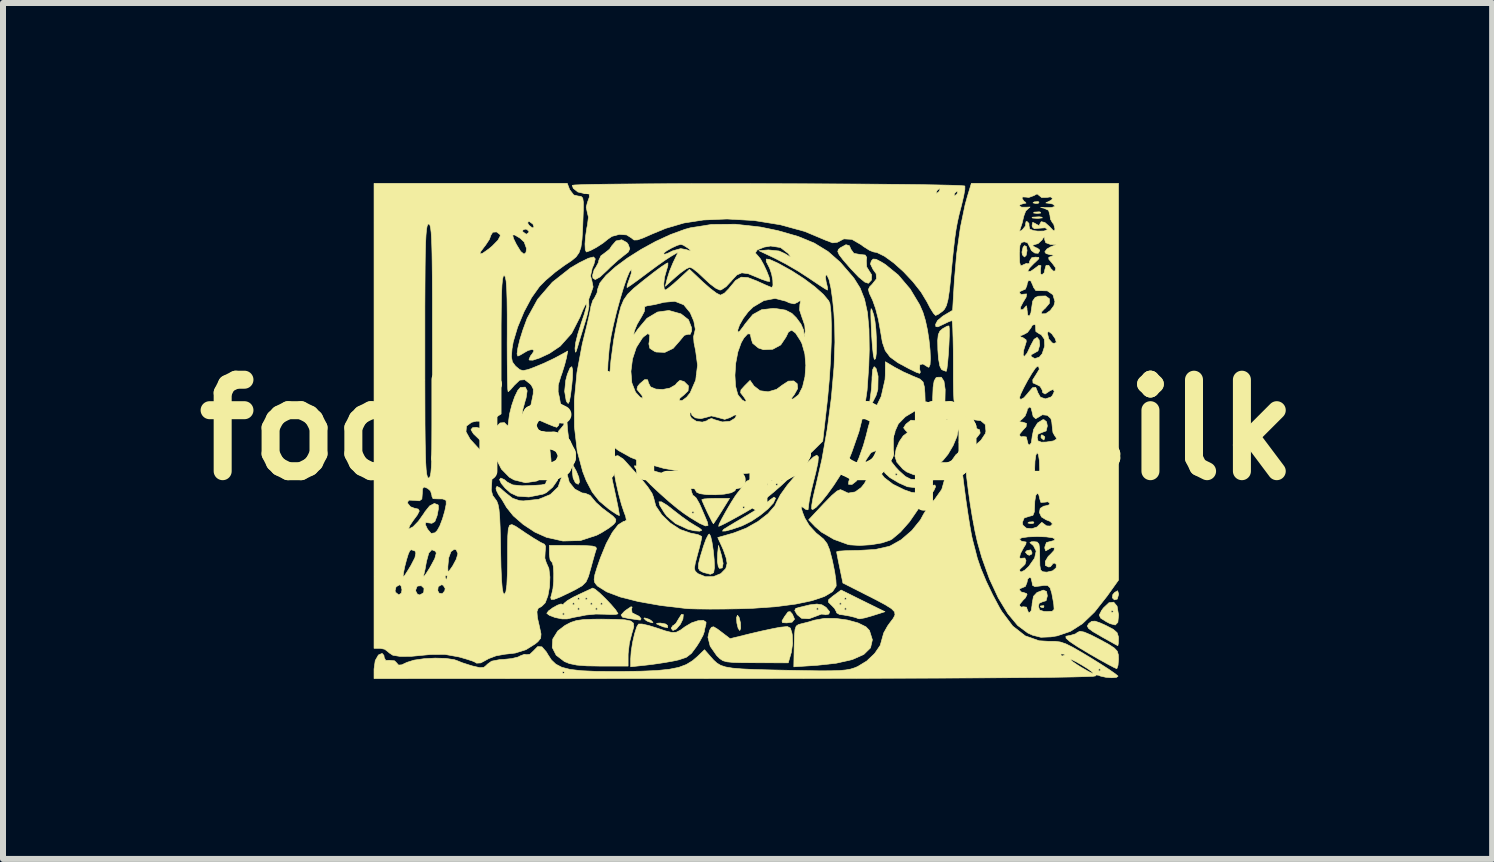
<source format=kicad_pcb>
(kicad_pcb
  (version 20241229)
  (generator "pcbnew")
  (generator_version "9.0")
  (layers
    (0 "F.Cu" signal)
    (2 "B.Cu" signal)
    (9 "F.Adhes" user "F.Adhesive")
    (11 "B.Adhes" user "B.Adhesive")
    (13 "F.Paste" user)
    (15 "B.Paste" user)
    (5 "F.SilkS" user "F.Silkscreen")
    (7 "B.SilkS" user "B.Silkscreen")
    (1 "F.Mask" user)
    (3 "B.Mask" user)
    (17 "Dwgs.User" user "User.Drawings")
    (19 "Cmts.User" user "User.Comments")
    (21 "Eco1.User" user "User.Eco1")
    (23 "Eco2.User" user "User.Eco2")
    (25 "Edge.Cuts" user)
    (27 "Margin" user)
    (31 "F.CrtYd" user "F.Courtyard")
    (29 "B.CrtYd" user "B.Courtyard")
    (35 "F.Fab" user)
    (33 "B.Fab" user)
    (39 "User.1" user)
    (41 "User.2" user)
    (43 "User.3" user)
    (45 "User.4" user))
  (footprint "foolish_pop_silk"
    (layer "F.Cu")
    (at 9.405 4.111)
    (property "Reference" "foolish_pop_silk" (at 0 0 0) (layer "F.SilkS") (effects (font (size 1.524 1.524) (thickness 0.3))))
    (attr through_hole)
    (fp_poly (pts (xy 4.772 1.541) (xy 4.76 1.56) (xy 4.717 1.563) (xy 4.671 1.553) (xy 4.691 1.537) (xy 4.757 1.532) (xy 4.772 1.541)) (stroke (width 0.01) (type solid)) (fill yes) (layer "F.SilkS"))
    (fp_poly (pts (xy 4.857 -3.793) (xy 4.844 -3.774) (xy 4.801 -3.771) (xy 4.756 -3.781) (xy 4.776 -3.797) (xy 4.842 -3.802) (xy 4.857 -3.793)) (stroke (width 0.01) (type solid)) (fill yes) (layer "F.SilkS"))
    (fp_poly (pts (xy 4.879 -3.626) (xy 4.884 -3.611) (xy 4.826 -3.605) (xy 4.766 -3.612) (xy 4.773 -3.626) (xy 4.86 -3.632) (xy 4.879 -3.626)) (stroke (width 0.01) (type solid)) (fill yes) (layer "F.SilkS"))
    (fp_poly (pts (xy 4.939 2.935) (xy 4.933 2.96) (xy 4.911 2.963) (xy 4.876 2.948) (xy 4.882 2.935) (xy 4.933 2.93) (xy 4.939 2.935)) (stroke (width 0.01) (type solid)) (fill yes) (layer "F.SilkS"))
    (fp_poly (pts (xy 4.74 2.05) (xy 4.735 2.07) (xy 4.694 2.091) (xy 4.663 2.078) (xy 4.629 2.039) (xy 4.655 2.012) (xy 4.719 2.001) (xy 4.74 2.05)) (stroke (width 0.01) (type solid)) (fill yes) (layer "F.SilkS"))
    (fp_poly (pts (xy -1.645 3.155) (xy -1.609 3.175) (xy -1.575 3.209) (xy -1.587 3.216) (xy -1.657 3.195) (xy -1.693 3.175) (xy -1.727 3.141) (xy -1.714 3.134) (xy -1.645 3.155)) (stroke (width 0.01) (type solid)) (fill yes) (layer "F.SilkS"))
    (fp_poly (pts (xy -1.367 3.235) (xy -1.333 3.26) (xy -1.331 3.296) (xy -1.397 3.285) (xy -1.46 3.26) (xy -1.519 3.232) (xy -1.496 3.222) (xy -1.452 3.22) (xy -1.367 3.235)) (stroke (width 0.01) (type solid)) (fill yes) (layer "F.SilkS"))
    (fp_poly (pts (xy 4.646 -3.054) (xy 4.657 -2.987) (xy 4.642 -2.906) (xy 4.614 -2.879) (xy 4.58 -2.914) (xy 4.572 -2.961) (xy 4.591 -3.042) (xy 4.614 -3.069) (xy 4.646 -3.054)) (stroke (width 0.01) (type solid)) (fill yes) (layer "F.SilkS"))
    (fp_poly (pts (xy 4.9 -3.543) (xy 4.913 -3.531) (xy 4.855 -3.524) (xy 4.826 -3.523) (xy 4.749 -3.528) (xy 4.74 -3.539) (xy 4.752 -3.543) (xy 4.859 -3.549) (xy 4.9 -3.543)) (stroke (width 0.01) (type solid)) (fill yes) (layer "F.SilkS"))
    (fp_poly (pts (xy 4.951 0.115) (xy 4.953 0.127) (xy 4.939 0.168) (xy 4.934 0.169) (xy 4.898 0.14) (xy 4.889 0.127) (xy 4.893 0.088) (xy 4.908 0.085) (xy 4.951 0.115)) (stroke (width 0.01) (type solid)) (fill yes) (layer "F.SilkS"))
    (fp_poly (pts (xy 6.18 2.727) (xy 6.181 2.746) (xy 6.16 2.821) (xy 6.112 2.833) (xy 6.078 2.799) (xy 6.086 2.745) (xy 6.118 2.709) (xy 6.166 2.682) (xy 6.18 2.727)) (stroke (width 0.01) (type solid)) (fill yes) (layer "F.SilkS"))
    (fp_poly (pts (xy -4.384 -0.007) (xy -4.301 0.081) (xy -4.283 0.195) (xy -4.297 0.313) (xy -4.456 0.173) (xy -4.567 0.066) (xy -4.608 -0.002) (xy -4.581 -0.035) (xy -4.519 -0.041) (xy -4.384 -0.007)) (stroke (width 0.01) (type solid)) (fill yes) (layer "F.SilkS"))
    (fp_poly (pts (xy -2.853 0.69) (xy -2.811 0.792) (xy -2.8 0.871) (xy -2.82 0.908) (xy -2.867 0.884) (xy -2.868 0.883) (xy -2.906 0.804) (xy -2.919 0.701) (xy -2.918 0.572) (xy -2.853 0.69)) (stroke (width 0.01) (type solid)) (fill yes) (layer "F.SilkS"))
    (fp_poly (pts (xy -0.434 2.094) (xy -0.407 2.226) (xy -0.421 2.3) (xy -0.423 2.302) (xy -0.468 2.309) (xy -0.488 2.276) (xy -0.502 2.189) (xy -0.499 2.071) (xy -0.499 2.068) (xy -0.484 1.926) (xy -0.434 2.094)) (stroke (width 0.01) (type solid)) (fill yes) (layer "F.SilkS"))
    (fp_poly (pts (xy 0.747 3.071) (xy 0.783 3.155) (xy 0.742 3.205) (xy 0.653 3.217) (xy 0.583 3.213) (xy 0.574 3.185) (xy 0.619 3.109) (xy 0.621 3.107) (xy 0.674 3.035) (xy 0.71 3.029) (xy 0.747 3.071)) (stroke (width 0.01) (type solid)) (fill yes) (layer "F.SilkS"))
    (fp_poly (pts (xy 3.865 -0.001) (xy 3.876 0.055) (xy 3.825 0.122) (xy 3.721 0.188) (xy 3.605 0.233) (xy 3.534 0.245) (xy 3.523 0.207) (xy 3.535 0.163) (xy 3.603 0.041) (xy 3.707 -0.027) (xy 3.785 -0.033) (xy 3.865 -0.001)) (stroke (width 0.01) (type solid)) (fill yes) (layer "F.SilkS"))
    (fp_poly (pts (xy -0.14 3.127) (xy -0.118 3.216) (xy -0.118 3.217) (xy -0.114 3.306) (xy -0.129 3.344) (xy -0.13 3.344) (xy -0.156 3.308) (xy -0.178 3.219) (xy -0.178 3.217) (xy -0.183 3.129) (xy -0.168 3.09) (xy -0.167 3.09) (xy -0.14 3.127)) (stroke (width 0.01) (type solid)) (fill yes) (layer "F.SilkS"))
    (fp_poly (pts (xy -2.914 -0.996) (xy -2.917 -0.866) (xy -2.927 -0.757) (xy -2.949 -0.577) (xy -2.968 -0.473) (xy -2.988 -0.438) (xy -3.011 -0.464) (xy -3.022 -0.488) (xy -3.047 -0.64) (xy -3.029 -0.823) (xy -3.002 -0.925) (xy -2.958 -1.029) (xy -2.928 -1.052) (xy -2.914 -0.996)) (stroke (width 0.01) (type solid)) (fill yes) (layer "F.SilkS"))
    (fp_poly (pts (xy -1.071 3.078) (xy -1.07 3.081) (xy -1.077 3.153) (xy -1.119 3.24) (xy -1.186 3.318) (xy -1.243 3.344) (xy -1.27 3.311) (xy -1.27 3.302) (xy -1.243 3.261) (xy -1.234 3.26) (xy -1.193 3.225) (xy -1.144 3.143) (xy -1.144 3.143) (xy -1.1 3.075) (xy -1.071 3.078)) (stroke (width 0.01) (type solid)) (fill yes) (layer "F.SilkS"))
    (fp_poly (pts (xy -0.431 1.355) (xy -0.502 1.467) (xy -0.553 1.544) (xy -0.569 1.566) (xy -0.59 1.532) (xy -0.635 1.444) (xy -0.669 1.375) (xy -0.722 1.261) (xy -0.756 1.182) (xy -0.762 1.163) (xy -0.724 1.152) (xy -0.625 1.145) (xy -0.531 1.143) (xy -0.3 1.143) (xy -0.431 1.355)) (stroke (width 0.01) (type solid)) (fill yes) (layer "F.SilkS"))
    (fp_poly (pts (xy 2.142 -1.021) (xy 2.172 -0.906) (xy 2.175 -0.889) (xy 2.171 -0.673) (xy 2.141 -0.571) (xy 2.086 -0.463) (xy 2.05 -0.428) (xy 2.036 -0.468) (xy 2.048 -0.556) (xy 2.065 -0.686) (xy 2.074 -0.84) (xy 2.074 -0.873) (xy 2.085 -1.003) (xy 2.11 -1.052) (xy 2.142 -1.021)) (stroke (width 0.01) (type solid)) (fill yes) (layer "F.SilkS"))
    (fp_poly (pts (xy -1.923 2.954) (xy -1.932 2.986) (xy -1.924 3.049) (xy -1.868 3.077) (xy -1.807 3.107) (xy -1.774 3.147) (xy -1.786 3.17) (xy -1.81 3.168) (xy -1.87 3.159) (xy -1.974 3.145) (xy -1.979 3.144) (xy -2.083 3.122) (xy -2.107 3.086) (xy -2.052 3.025) (xy -2.01 2.994) (xy -1.941 2.948) (xy -1.923 2.954)) (stroke (width 0.01) (type solid)) (fill yes) (layer "F.SilkS"))
    (fp_poly (pts (xy -0.615 1.774) (xy -0.592 1.874) (xy -0.571 2.011) (xy -0.556 2.163) (xy -0.551 2.297) (xy -0.565 2.381) (xy -0.619 2.407) (xy -0.727 2.379) (xy -0.748 2.371) (xy -0.796 2.345) (xy -0.819 2.305) (xy -0.817 2.235) (xy -0.788 2.117) (xy -0.733 1.937) (xy -0.691 1.821) (xy -0.653 1.749) (xy -0.637 1.736) (xy -0.615 1.774)) (stroke (width 0.01) (type solid)) (fill yes) (layer "F.SilkS"))
    (fp_poly (pts (xy -1.434 1.2) (xy -1.335 1.261) (xy -1.242 1.334) (xy -1.104 1.441) (xy -0.974 1.534) (xy -0.882 1.591) (xy -0.799 1.64) (xy -0.762 1.672) (xy -0.762 1.673) (xy -0.797 1.689) (xy -0.882 1.683) (xy -0.985 1.659) (xy -0.995 1.656) (xy -1.198 1.563) (xy -1.343 1.44) (xy -1.387 1.381) (xy -1.461 1.261) (xy -1.476 1.2) (xy -1.434 1.2)) (stroke (width 0.01) (type solid)) (fill yes) (layer "F.SilkS"))
    (fp_poly (pts (xy 2.071 -2.004) (xy 2.094 -1.938) (xy 2.104 -1.905) (xy 2.123 -1.808) (xy 2.138 -1.678) (xy 2.146 -1.533) (xy 2.148 -1.392) (xy 2.145 -1.272) (xy 2.135 -1.193) (xy 2.119 -1.171) (xy 2.109 -1.185) (xy 2.095 -1.253) (xy 2.081 -1.384) (xy 2.069 -1.556) (xy 2.063 -1.672) (xy 2.056 -1.861) (xy 2.054 -1.974) (xy 2.059 -2.019) (xy 2.071 -2.004)) (stroke (width 0.01) (type solid)) (fill yes) (layer "F.SilkS"))
    (fp_poly (pts (xy 3.362 -1.678) (xy 3.362 -1.569) (xy 3.356 -1.425) (xy 3.347 -1.271) (xy 3.335 -1.129) (xy 3.323 -1.023) (xy 3.311 -0.975) (xy 3.309 -0.974) (xy 3.251 -0.995) (xy 3.231 -1.007) (xy 3.204 -1.063) (xy 3.182 -1.182) (xy 3.171 -1.331) (xy 3.168 -1.489) (xy 3.178 -1.586) (xy 3.205 -1.644) (xy 3.253 -1.686) (xy 3.325 -1.726) (xy 3.356 -1.731) (xy 3.362 -1.678)) (stroke (width 0.01) (type solid)) (fill yes) (layer "F.SilkS"))
    (fp_poly (pts (xy 5.881 3.22) (xy 5.968 3.259) (xy 6.093 3.324) (xy 6.157 3.38) (xy 6.179 3.447) (xy 6.181 3.479) (xy 6.177 3.564) (xy 6.17 3.597) (xy 6.131 3.577) (xy 6.038 3.525) (xy 5.909 3.453) (xy 5.892 3.443) (xy 5.755 3.363) (xy 5.682 3.309) (xy 5.661 3.27) (xy 5.681 3.234) (xy 5.689 3.225) (xy 5.735 3.191) (xy 5.791 3.188) (xy 5.881 3.22)) (stroke (width 0.01) (type solid)) (fill yes) (layer "F.SilkS"))
    (fp_poly (pts (xy 6.157 2.939) (xy 6.18 3.076) (xy 6.181 3.092) (xy 6.17 3.208) (xy 6.127 3.252) (xy 6.041 3.23) (xy 5.979 3.198) (xy 5.885 3.139) (xy 5.86 3.087) (xy 5.891 3.027) (xy 6.054 3.027) (xy 6.075 3.048) (xy 6.096 3.027) (xy 6.075 3.006) (xy 6.054 3.027) (xy 5.891 3.027) (xy 5.898 3.012) (xy 5.929 2.969) (xy 6.022 2.881) (xy 6.101 2.872) (xy 6.157 2.939)) (stroke (width 0.01) (type solid)) (fill yes) (layer "F.SilkS"))
    (fp_poly (pts (xy 1.473 3.143) (xy 1.667 3.17) (xy 1.842 3.218) (xy 1.973 3.283) (xy 2.031 3.343) (xy 2.08 3.499) (xy 2.049 3.633) (xy 1.937 3.743) (xy 1.746 3.828) (xy 1.477 3.889) (xy 1.158 3.924) (xy 0.771 3.949) (xy 0.777 3.603) (xy 0.782 3.432) (xy 0.791 3.328) (xy 0.811 3.271) (xy 0.848 3.245) (xy 0.889 3.234) (xy 1.012 3.203) (xy 1.118 3.171) (xy 1.282 3.142) (xy 1.473 3.143)) (stroke (width 0.01) (type solid)) (fill yes) (layer "F.SilkS"))
    (fp_poly (pts (xy -3.012 -0.23) (xy -3.009 -0.145) (xy -2.999 -0.003) (xy -2.977 0.172) (xy -2.96 0.272) (xy -2.94 0.407) (xy -2.933 0.505) (xy -2.939 0.54) (xy -2.962 0.533) (xy -2.963 0.518) (xy -2.998 0.469) (xy -3.046 0.445) (xy -3.127 0.38) (xy -3.173 0.267) (xy -3.181 0.137) (xy -3.147 0.021) (xy -3.104 -0.029) (xy -3.06 -0.085) (xy -3.06 -0.114) (xy -3.062 -0.177) (xy -3.046 -0.233) (xy -3.024 -0.268) (xy -3.012 -0.23)) (stroke (width 0.01) (type solid)) (fill yes) (layer "F.SilkS"))
    (fp_poly (pts (xy -2.01 -3.119) (xy -1.987 -3.086) (xy -1.962 -3.016) (xy -1.988 -2.961) (xy -2.058 -2.906) (xy -2.162 -2.823) (xy -2.284 -2.712) (xy -2.337 -2.659) (xy -2.459 -2.546) (xy -2.537 -2.503) (xy -2.576 -2.528) (xy -2.582 -2.574) (xy -2.555 -2.669) (xy -2.53 -2.702) (xy -2.483 -2.789) (xy -2.477 -2.827) (xy -2.442 -2.9) (xy -2.388 -2.939) (xy -2.299 -3.009) (xy -2.261 -3.066) (xy -2.19 -3.147) (xy -2.096 -3.166) (xy -2.01 -3.119)) (stroke (width 0.01) (type solid)) (fill yes) (layer "F.SilkS"))
    (fp_poly (pts (xy 0.466 1.14) (xy 0.466 1.142) (xy 0.431 1.219) (xy 0.339 1.319) (xy 0.21 1.425) (xy 0.061 1.524) (xy -0.087 1.598) (xy -0.105 1.605) (xy -0.257 1.657) (xy -0.365 1.686) (xy -0.417 1.688) (xy -0.403 1.663) (xy -0.381 1.648) (xy -0.316 1.608) (xy -0.2 1.538) (xy -0.056 1.453) (xy -0.021 1.433) (xy 0.133 1.339) (xy 0.268 1.249) (xy 0.361 1.181) (xy 0.37 1.172) (xy 0.441 1.122) (xy 0.466 1.14)) (stroke (width 0.01) (type solid)) (fill yes) (layer "F.SilkS"))
    (fp_poly (pts (xy 1.697 -3.067) (xy 1.723 -3.006) (xy 1.771 -2.94) (xy 1.873 -2.921) (xy 1.96 -2.912) (xy 1.986 -2.872) (xy 1.979 -2.815) (xy 1.985 -2.714) (xy 2.017 -2.662) (xy 2.067 -2.583) (xy 2.065 -2.496) (xy 2.014 -2.441) (xy 1.954 -2.461) (xy 1.852 -2.545) (xy 1.717 -2.687) (xy 1.709 -2.696) (xy 1.593 -2.83) (xy 1.527 -2.916) (xy 1.503 -2.97) (xy 1.514 -3.005) (xy 1.545 -3.032) (xy 1.64 -3.084) (xy 1.697 -3.067)) (stroke (width 0.01) (type solid)) (fill yes) (layer "F.SilkS"))
    (fp_poly (pts (xy 1.239 2.916) (xy 1.306 2.958) (xy 1.31 2.961) (xy 1.368 3.032) (xy 1.354 3.07) (xy 1.295 3.082) (xy 1.283 3.075) (xy 1.23 3.071) (xy 1.19 3.086) (xy 1.024 3.148) (xy 0.901 3.141) (xy 0.827 3.08) (xy 0.786 3.01) (xy 0.799 2.985) (xy 1.143 2.985) (xy 1.164 3.006) (xy 1.185 2.985) (xy 1.164 2.963) (xy 1.143 2.985) (xy 0.799 2.985) (xy 0.803 2.977) (xy 0.857 2.96) (xy 1.036 2.917) (xy 1.156 2.903) (xy 1.239 2.916)) (stroke (width 0.01) (type solid)) (fill yes) (layer "F.SilkS"))
    (fp_poly (pts (xy 5.608 3.37) (xy 5.721 3.418) (xy 5.865 3.492) (xy 6.019 3.576) (xy 6.112 3.637) (xy 6.16 3.689) (xy 6.178 3.749) (xy 6.181 3.82) (xy 6.173 3.922) (xy 6.155 3.976) (xy 6.149 3.979) (xy 6.102 3.958) (xy 5.998 3.903) (xy 5.853 3.823) (xy 5.704 3.737) (xy 5.503 3.617) (xy 5.372 3.53) (xy 5.307 3.472) (xy 5.304 3.44) (xy 5.358 3.429) (xy 5.368 3.429) (xy 5.463 3.401) (xy 5.497 3.376) (xy 5.539 3.357) (xy 5.608 3.37)) (stroke (width 0.01) (type solid)) (fill yes) (layer "F.SilkS"))
    (fp_poly (pts (xy -2.202 3.158) (xy -2.043 3.166) (xy -1.946 3.186) (xy -1.901 3.222) (xy -1.895 3.28) (xy -1.919 3.365) (xy -1.927 3.39) (xy -1.969 3.553) (xy -1.989 3.726) (xy -1.99 3.752) (xy -1.99 3.937) (xy -2.445 3.937) (xy -2.678 3.933) (xy -2.846 3.92) (xy -2.967 3.895) (xy -3.048 3.863) (xy -3.188 3.756) (xy -3.254 3.626) (xy -3.245 3.486) (xy -3.162 3.352) (xy -3.039 3.258) (xy -2.944 3.209) (xy -2.85 3.178) (xy -2.733 3.162) (xy -2.571 3.156) (xy -2.434 3.155) (xy -2.202 3.158)) (stroke (width 0.01) (type solid)) (fill yes) (layer "F.SilkS"))
    (fp_poly (pts (xy -2.707 1.929) (xy -2.587 1.937) (xy -2.528 1.954) (xy -2.517 1.98) (xy -2.518 1.982) (xy -2.54 2.05) (xy -2.575 2.173) (xy -2.611 2.305) (xy -2.651 2.445) (xy -2.691 2.534) (xy -2.754 2.597) (xy -2.859 2.658) (xy -2.95 2.704) (xy -3.117 2.784) (xy -3.22 2.824) (xy -3.271 2.826) (xy -3.279 2.792) (xy -3.264 2.741) (xy -3.242 2.646) (xy -3.23 2.52) (xy -3.229 2.387) (xy -3.236 2.275) (xy -3.254 2.209) (xy -3.265 2.201) (xy -3.29 2.164) (xy -3.302 2.074) (xy -3.302 2.064) (xy -3.302 1.926) (xy -2.899 1.926) (xy -2.707 1.929)) (stroke (width 0.01) (type solid)) (fill yes) (layer "F.SilkS"))
    (fp_poly (pts (xy 0.714 3.304) (xy 0.739 3.385) (xy 0.745 3.415) (xy 0.751 3.56) (xy 0.729 3.712) (xy 0.725 3.723) (xy 0.678 3.883) (xy 0.138 3.881) (xy -0.085 3.88) (xy -0.239 3.876) (xy -0.342 3.866) (xy -0.41 3.847) (xy -0.459 3.815) (xy -0.506 3.769) (xy -0.514 3.761) (xy -0.622 3.606) (xy -0.66 3.456) (xy -0.633 3.341) (xy -0.601 3.29) (xy -0.565 3.282) (xy -0.5 3.321) (xy -0.439 3.367) (xy -0.291 3.48) (xy 0.055 3.395) (xy 0.239 3.352) (xy 0.412 3.315) (xy 0.541 3.29) (xy 0.56 3.288) (xy 0.664 3.278) (xy 0.714 3.304)) (stroke (width 0.01) (type solid)) (fill yes) (layer "F.SilkS"))
    (fp_poly (pts (xy -3.134 0.7) (xy -3.133 0.73) (xy -3.166 0.84) (xy -3.248 0.957) (xy -3.353 1.047) (xy -3.408 1.072) (xy -3.643 1.119) (xy -3.835 1.105) (xy -3.948 1.052) (xy -4.037 0.973) (xy -4.103 0.893) (xy -4.132 0.83) (xy -4.111 0.804) (xy -4.111 0.804) (xy -4.051 0.831) (xy -4.002 0.872) (xy -3.912 0.918) (xy -3.759 0.933) (xy -3.714 0.932) (xy -3.538 0.925) (xy -3.431 0.918) (xy -3.376 0.906) (xy -3.358 0.888) (xy -3.358 0.869) (xy -3.334 0.835) (xy -3.313 0.836) (xy -3.266 0.808) (xy -3.235 0.741) (xy -3.197 0.655) (xy -3.158 0.641) (xy -3.134 0.7)) (stroke (width 0.01) (type solid)) (fill yes) (layer "F.SilkS"))
    (fp_poly (pts (xy -0.691 3.205) (xy -0.694 3.242) (xy -0.717 3.332) (xy -0.72 3.362) (xy -0.742 3.425) (xy -0.798 3.529) (xy -0.846 3.605) (xy -0.934 3.724) (xy -1.021 3.791) (xy -1.144 3.832) (xy -1.195 3.844) (xy -1.368 3.876) (xy -1.569 3.906) (xy -1.683 3.92) (xy -1.947 3.948) (xy -1.947 3.818) (xy -1.938 3.688) (xy -1.914 3.538) (xy -1.881 3.395) (xy -1.846 3.285) (xy -1.816 3.236) (xy -1.758 3.236) (xy -1.646 3.261) (xy -1.523 3.299) (xy -1.364 3.352) (xy -1.261 3.377) (xy -1.187 3.373) (xy -1.118 3.338) (xy -1.041 3.281) (xy -0.931 3.216) (xy -0.822 3.18) (xy -0.736 3.175) (xy -0.691 3.205)) (stroke (width 0.01) (type solid)) (fill yes) (layer "F.SilkS"))
    (fp_poly (pts (xy 2.367 0.355) (xy 2.376 0.386) (xy 2.376 0.467) (xy 2.373 0.483) (xy 2.397 0.532) (xy 2.464 0.618) (xy 2.521 0.68) (xy 2.63 0.778) (xy 2.719 0.823) (xy 2.818 0.828) (xy 2.954 0.798) (xy 3.067 0.746) (xy 3.149 0.707) (xy 3.174 0.723) (xy 3.133 0.78) (xy 3.101 0.808) (xy 2.94 0.92) (xy 2.804 0.965) (xy 2.665 0.949) (xy 2.522 0.885) (xy 2.372 0.796) (xy 2.313 0.741) (xy 2.455 0.741) (xy 2.477 0.762) (xy 2.498 0.741) (xy 2.477 0.72) (xy 2.455 0.741) (xy 2.313 0.741) (xy 2.286 0.716) (xy 2.249 0.627) (xy 2.244 0.559) (xy 2.259 0.473) (xy 2.294 0.398) (xy 2.335 0.352) (xy 2.367 0.355)) (stroke (width 0.01) (type solid)) (fill yes) (layer "F.SilkS"))
    (fp_poly (pts (xy 1.924 2.851) (xy 2.289 3.031) (xy 2.078 3.098) (xy 1.956 3.133) (xy 1.872 3.149) (xy 1.849 3.147) (xy 1.797 3.127) (xy 1.699 3.103) (xy 1.592 3.084) (xy 1.535 3.078) (xy 1.485 3.05) (xy 1.482 3.035) (xy 1.455 2.985) (xy 1.609 2.985) (xy 1.63 3.006) (xy 1.651 2.985) (xy 1.63 2.963) (xy 1.609 2.985) (xy 1.455 2.985) (xy 1.453 2.979) (xy 1.398 2.922) (xy 1.376 2.9) (xy 1.524 2.9) (xy 1.545 2.921) (xy 1.566 2.9) (xy 1.545 2.879) (xy 1.524 2.9) (xy 1.376 2.9) (xy 1.347 2.871) (xy 1.35 2.832) (xy 1.37 2.815) (xy 1.609 2.815) (xy 1.63 2.836) (xy 1.651 2.815) (xy 1.63 2.794) (xy 1.609 2.815) (xy 1.37 2.815) (xy 1.413 2.778) (xy 1.437 2.76) (xy 1.559 2.67) (xy 1.924 2.851)) (stroke (width 0.01) (type solid)) (fill yes) (layer "F.SilkS"))
    (fp_poly (pts (xy -3.672 -0.65) (xy -3.69 -0.53) (xy -3.704 -0.486) (xy -3.744 -0.339) (xy -3.765 -0.196) (xy -3.766 -0.175) (xy -3.76 -0.08) (xy -3.729 -0.049) (xy -3.682 -0.055) (xy -3.587 -0.049) (xy -3.541 -0.021) (xy -3.453 0.024) (xy -3.404 0.028) (xy -3.342 0.046) (xy -3.315 0.124) (xy -3.312 0.148) (xy -3.3 0.271) (xy -3.283 0.424) (xy -3.277 0.471) (xy -3.268 0.602) (xy -3.288 0.685) (xy -3.343 0.752) (xy -3.51 0.853) (xy -3.699 0.882) (xy -3.889 0.835) (xy -3.967 0.791) (xy -4.101 0.654) (xy -4.195 0.47) (xy -4.24 0.265) (xy -4.229 0.067) (xy -4.187 -0.049) (xy -4.123 -0.114) (xy -4.051 -0.12) (xy -4.007 -0.074) (xy -3.991 -0.069) (xy -3.983 -0.13) (xy -3.966 -0.26) (xy -3.928 -0.409) (xy -3.879 -0.551) (xy -3.827 -0.658) (xy -3.784 -0.706) (xy -3.704 -0.711) (xy -3.672 -0.65)) (stroke (width 0.01) (type solid)) (fill yes) (layer "F.SilkS"))
    (fp_poly (pts (xy 2.449 -1.043) (xy 2.594 -0.966) (xy 2.751 -0.896) (xy 2.771 -0.888) (xy 2.873 -0.845) (xy 2.925 -0.796) (xy 2.947 -0.712) (xy 2.955 -0.61) (xy 2.959 -0.482) (xy 2.942 -0.41) (xy 2.887 -0.362) (xy 2.793 -0.317) (xy 2.63 -0.219) (xy 2.513 -0.1) (xy 2.458 0.023) (xy 2.455 0.05) (xy 2.422 0.139) (xy 2.341 0.235) (xy 2.241 0.311) (xy 2.158 0.339) (xy 2.057 0.38) (xy 1.975 0.501) (xy 1.925 0.646) (xy 1.879 0.762) (xy 1.811 0.856) (xy 1.74 0.911) (xy 1.684 0.908) (xy 1.682 0.906) (xy 1.687 0.858) (xy 1.724 0.759) (xy 1.78 0.641) (xy 1.857 0.467) (xy 1.93 0.261) (xy 1.974 0.106) (xy 2.013 -0.05) (xy 2.052 -0.179) (xy 2.08 -0.253) (xy 2.081 -0.254) (xy 2.227 -0.556) (xy 2.291 -0.837) (xy 2.295 -0.909) (xy 2.297 -1.134) (xy 2.449 -1.043)) (stroke (width 0.01) (type solid)) (fill yes) (layer "F.SilkS"))
    (fp_poly (pts (xy 2.142 -2.841) (xy 2.23 -2.795) (xy 2.295 -2.755) (xy 2.511 -2.579) (xy 2.71 -2.345) (xy 2.868 -2.082) (xy 2.922 -1.958) (xy 2.963 -1.823) (xy 2.998 -1.662) (xy 3.024 -1.491) (xy 3.041 -1.326) (xy 3.047 -1.185) (xy 3.041 -1.085) (xy 3.021 -1.041) (xy 3.002 -1.048) (xy 2.923 -1.097) (xy 2.871 -1.085) (xy 2.866 -1.016) (xy 2.866 -1.016) (xy 2.879 -0.959) (xy 2.868 -0.94) (xy 2.815 -0.957) (xy 2.703 -1.012) (xy 2.694 -1.016) (xy 2.503 -1.119) (xy 2.375 -1.213) (xy 2.295 -1.319) (xy 2.247 -1.457) (xy 2.215 -1.645) (xy 2.181 -1.835) (xy 2.135 -2.017) (xy 2.086 -2.155) (xy 2.081 -2.166) (xy 2.029 -2.276) (xy 2.014 -2.339) (xy 2.036 -2.384) (xy 2.075 -2.423) (xy 2.148 -2.515) (xy 2.143 -2.601) (xy 2.092 -2.671) (xy 2.048 -2.762) (xy 2.062 -2.812) (xy 2.092 -2.845) (xy 2.142 -2.841)) (stroke (width 0.01) (type solid)) (fill yes) (layer "F.SilkS"))
    (fp_poly (pts (xy -3.048 0.572) (xy -3.019 0.628) (xy -3.006 0.73) (xy -3.006 0.74) (xy -2.97 0.874) (xy -2.879 0.987) (xy -2.757 1.052) (xy -2.705 1.058) (xy -2.624 1.092) (xy -2.584 1.14) (xy -2.525 1.211) (xy -2.423 1.303) (xy -2.349 1.359) (xy -2.242 1.439) (xy -2.195 1.491) (xy -2.197 1.532) (xy -2.228 1.573) (xy -2.305 1.634) (xy -2.426 1.71) (xy -2.512 1.756) (xy -2.783 1.845) (xy -3.076 1.853) (xy -3.349 1.792) (xy -3.543 1.705) (xy -3.736 1.578) (xy -3.903 1.433) (xy -4.018 1.289) (xy -4.026 1.274) (xy -4.088 1.168) (xy -4.14 1.093) (xy -4.147 1.085) (xy -4.186 1.006) (xy -4.191 0.971) (xy -4.175 0.942) (xy -4.121 0.971) (xy -4.04 1.043) (xy -3.915 1.141) (xy -3.797 1.181) (xy -3.733 1.185) (xy -3.48 1.158) (xy -3.286 1.079) (xy -3.156 0.953) (xy -3.095 0.781) (xy -3.09 0.711) (xy -3.081 0.607) (xy -3.056 0.569) (xy -3.048 0.572)) (stroke (width 0.01) (type solid)) (fill yes) (layer "F.SilkS"))
    (fp_poly (pts (xy 2.169 0.493) (xy 2.169 0.571) (xy 2.189 0.68) (xy 2.278 0.797) (xy 2.422 0.907) (xy 2.609 0.999) (xy 2.611 1) (xy 2.731 1.042) (xy 2.81 1.052) (xy 2.887 1.026) (xy 2.969 0.98) (xy 3.072 0.927) (xy 3.122 0.92) (xy 3.133 0.948) (xy 3.102 1.018) (xy 3.036 1.087) (xy 2.953 1.172) (xy 2.863 1.291) (xy 2.837 1.331) (xy 2.697 1.534) (xy 2.548 1.703) (xy 2.41 1.819) (xy 2.375 1.839) (xy 2.241 1.884) (xy 2.06 1.915) (xy 1.869 1.927) (xy 1.707 1.917) (xy 1.672 1.91) (xy 1.438 1.825) (xy 1.232 1.705) (xy 1.129 1.616) (xy 1.018 1.5) (xy 1.272 1.229) (xy 1.402 1.096) (xy 1.491 1.02) (xy 1.547 0.997) (xy 1.576 1.008) (xy 1.676 1.055) (xy 1.794 1.035) (xy 1.893 0.963) (xy 1.948 0.895) (xy 1.986 0.821) (xy 2.02 0.712) (xy 2.05 0.582) (xy 2.088 0.495) (xy 2.135 0.465) (xy 2.169 0.493)) (stroke (width 0.01) (type solid)) (fill yes) (layer "F.SilkS"))
    (fp_poly (pts (xy 3.273 -0.809) (xy 3.293 -0.67) (xy 3.289 -0.476) (xy 3.286 -0.305) (xy 3.296 -0.199) (xy 3.319 -0.165) (xy 3.353 -0.209) (xy 3.359 -0.222) (xy 3.394 -0.241) (xy 3.442 -0.202) (xy 3.486 -0.126) (xy 3.512 -0.037) (xy 3.514 -0.011) (xy 3.489 0.111) (xy 3.425 0.263) (xy 3.339 0.409) (xy 3.25 0.517) (xy 3.245 0.521) (xy 3.058 0.663) (xy 2.906 0.739) (xy 2.775 0.751) (xy 2.651 0.701) (xy 2.586 0.652) (xy 2.488 0.54) (xy 2.455 0.439) (xy 2.476 0.321) (xy 2.528 0.197) (xy 2.594 0.101) (xy 2.634 0.071) (xy 2.666 0.043) (xy 2.632 0.009) (xy 2.6 -0.033) (xy 2.635 -0.089) (xy 2.646 -0.1) (xy 2.723 -0.16) (xy 2.787 -0.154) (xy 2.834 -0.116) (xy 2.874 -0.088) (xy 2.868 -0.129) (xy 2.863 -0.143) (xy 2.854 -0.196) (xy 2.894 -0.208) (xy 2.962 -0.197) (xy 3.049 -0.188) (xy 3.085 -0.201) (xy 3.085 -0.202) (xy 3.083 -0.257) (xy 3.083 -0.372) (xy 3.085 -0.525) (xy 3.085 -0.541) (xy 3.092 -0.711) (xy 3.109 -0.813) (xy 3.139 -0.865) (xy 3.158 -0.875) (xy 3.229 -0.876) (xy 3.273 -0.809)) (stroke (width 0.01) (type solid)) (fill yes) (layer "F.SilkS"))
    (fp_poly (pts (xy -1.84 0.606) (xy -1.807 0.629) (xy -1.748 0.659) (xy -1.727 0.655) (xy -1.676 0.653) (xy -1.585 0.679) (xy -1.583 0.679) (xy -1.456 0.716) (xy -1.309 0.743) (xy -1.291 0.745) (xy -1.15 0.788) (xy -1.027 0.87) (xy -0.948 0.972) (xy -0.931 1.04) (xy -0.91 1.094) (xy -0.894 1.101) (xy -0.856 1.136) (xy -0.804 1.226) (xy -0.779 1.281) (xy -0.725 1.407) (xy -0.681 1.51) (xy -0.67 1.535) (xy -0.658 1.593) (xy -0.699 1.602) (xy -0.795 1.56) (xy -0.951 1.466) (xy -1.037 1.409) (xy -1.082 1.376) (xy -0.931 1.376) (xy -0.91 1.397) (xy -0.889 1.376) (xy -0.91 1.355) (xy -0.931 1.376) (xy -1.082 1.376) (xy -1.159 1.319) (xy -1.302 1.201) (xy -1.452 1.068) (xy -1.598 0.932) (xy -1.62 0.91) (xy -1.397 0.91) (xy -1.376 0.931) (xy -1.355 0.91) (xy -1.376 0.889) (xy -1.397 0.91) (xy -1.62 0.91) (xy -1.704 0.826) (xy -1.312 0.826) (xy -1.291 0.847) (xy -1.27 0.826) (xy -1.291 0.804) (xy -1.312 0.826) (xy -1.704 0.826) (xy -1.726 0.804) (xy -1.823 0.698) (xy -1.878 0.625) (xy -1.883 0.599) (xy -1.84 0.606)) (stroke (width 0.01) (type solid)) (fill yes) (layer "F.SilkS"))
    (fp_poly (pts (xy -2.537 -2.848) (xy -2.559 -2.76) (xy -2.589 -2.69) (xy -2.616 -2.564) (xy -2.594 -2.485) (xy -2.573 -2.38) (xy -2.61 -2.272) (xy -2.645 -2.178) (xy -2.645 -2.115) (xy -2.643 -2.055) (xy -2.665 -1.941) (xy -2.702 -1.809) (xy -2.753 -1.643) (xy -2.801 -1.487) (xy -2.827 -1.397) (xy -2.855 -1.307) (xy -2.868 -1.293) (xy -2.874 -1.351) (xy -2.874 -1.363) (xy -2.862 -1.458) (xy -2.826 -1.602) (xy -2.774 -1.765) (xy -2.77 -1.779) (xy -2.72 -1.926) (xy -2.688 -2.04) (xy -2.679 -2.099) (xy -2.681 -2.102) (xy -2.705 -2.077) (xy -2.747 -1.991) (xy -2.793 -1.876) (xy -2.931 -1.607) (xy -3.121 -1.394) (xy -3.302 -1.272) (xy -3.462 -1.198) (xy -3.577 -1.16) (xy -3.635 -1.162) (xy -3.641 -1.174) (xy -3.614 -1.233) (xy -3.591 -1.261) (xy -3.556 -1.317) (xy -3.584 -1.34) (xy -3.654 -1.323) (xy -3.701 -1.297) (xy -3.783 -1.248) (xy -3.827 -1.228) (xy -3.84 -1.264) (xy -3.827 -1.362) (xy -3.793 -1.503) (xy -3.741 -1.669) (xy -3.677 -1.843) (xy -3.671 -1.859) (xy -3.497 -2.175) (xy -3.253 -2.458) (xy -2.949 -2.698) (xy -2.8 -2.785) (xy -2.651 -2.858) (xy -2.566 -2.88) (xy -2.537 -2.848)) (stroke (width 0.01) (type solid)) (fill yes) (layer "F.SilkS"))
    (fp_poly (pts (xy 0.804 0.676) (xy 0.774 0.722) (xy 0.693 0.806) (xy 0.578 0.913) (xy 0.445 1.03) (xy 0.31 1.141) (xy 0.189 1.234) (xy 0.119 1.282) (xy -0.016 1.362) (xy -0.162 1.445) (xy -0.301 1.521) (xy -0.413 1.579) (xy -0.476 1.607) (xy -0.481 1.609) (xy -0.474 1.575) (xy -0.431 1.488) (xy -0.362 1.363) (xy -0.351 1.344) (xy -0.32 1.291) (xy -0.085 1.291) (xy -0.064 1.312) (xy -0.042 1.291) (xy -0.064 1.27) (xy -0.085 1.291) (xy -0.32 1.291) (xy -0.273 1.211) (xy -0.209 1.11) (xy -0.173 1.06) (xy -0.172 1.058) (xy -0.133 1.011) (xy -0.076 0.926) (xy -0.062 0.91) (xy 0.296 0.91) (xy 0.318 0.931) (xy 0.339 0.91) (xy 0.466 0.91) (xy 0.487 0.931) (xy 0.508 0.91) (xy 0.487 0.889) (xy 0.466 0.91) (xy 0.339 0.91) (xy 0.318 0.889) (xy 0.296 0.91) (xy -0.062 0.91) (xy -0.016 0.857) (xy 0.049 0.826) (xy 0.381 0.826) (xy 0.402 0.847) (xy 0.423 0.826) (xy 0.55 0.826) (xy 0.572 0.847) (xy 0.593 0.826) (xy 0.572 0.804) (xy 0.55 0.826) (xy 0.423 0.826) (xy 0.402 0.804) (xy 0.381 0.826) (xy 0.049 0.826) (xy 0.071 0.815) (xy 0.212 0.788) (xy 0.236 0.785) (xy 0.405 0.757) (xy 0.57 0.718) (xy 0.64 0.697) (xy 0.741 0.669) (xy 0.799 0.669) (xy 0.804 0.676)) (stroke (width 0.01) (type solid)) (fill yes) (layer "F.SilkS"))
    (fp_poly (pts (xy -2.54 2.656) (xy -2.462 2.721) (xy -2.367 2.813) (xy -2.273 2.912) (xy -2.197 3.001) (xy -2.16 3.06) (xy -2.159 3.066) (xy -2.197 3.076) (xy -2.294 3.077) (xy -2.372 3.073) (xy -2.527 3.07) (xy -2.693 3.086) (xy -2.899 3.126) (xy -3.006 3.151) (xy -3.089 3.151) (xy -3.202 3.128) (xy -3.207 3.127) (xy -3.3 3.092) (xy -3.33 3.069) (xy -3.09 3.069) (xy -3.069 3.09) (xy -3.048 3.069) (xy -3.069 3.048) (xy -3.09 3.069) (xy -3.33 3.069) (xy -3.344 3.059) (xy -3.344 3.056) (xy -3.315 3.017) (xy -3.27 2.985) (xy -2.836 2.985) (xy -2.815 3.006) (xy -2.794 2.985) (xy -2.54 2.985) (xy -2.519 3.006) (xy -2.498 2.985) (xy -2.519 2.963) (xy -2.54 2.985) (xy -2.794 2.985) (xy -2.815 2.963) (xy -2.836 2.985) (xy -3.27 2.985) (xy -3.247 2.967) (xy -3.168 2.923) (xy -3.107 2.901) (xy -3.09 2.908) (xy -3.072 2.912) (xy -3.063 2.9) (xy -2.921 2.9) (xy -2.9 2.921) (xy -2.879 2.9) (xy -2.625 2.9) (xy -2.603 2.921) (xy -2.582 2.9) (xy -2.455 2.9) (xy -2.434 2.921) (xy -2.413 2.9) (xy -2.434 2.879) (xy -2.455 2.9) (xy -2.582 2.9) (xy -2.603 2.879) (xy -2.625 2.9) (xy -2.879 2.9) (xy -2.9 2.879) (xy -2.921 2.9) (xy -3.063 2.9) (xy -3.057 2.892) (xy -3.003 2.847) (xy -2.947 2.815) (xy -2.836 2.815) (xy -2.815 2.836) (xy -2.794 2.815) (xy -2.709 2.815) (xy -2.688 2.836) (xy -2.667 2.815) (xy -2.688 2.794) (xy -2.709 2.815) (xy -2.794 2.815) (xy -2.815 2.794) (xy -2.836 2.815) (xy -2.947 2.815) (xy -2.897 2.786) (xy -2.814 2.746) (xy -2.694 2.69) (xy -2.607 2.65) (xy -2.581 2.637) (xy -2.54 2.656)) (stroke (width 0.01) (type solid)) (fill yes) (layer "F.SilkS"))
    (fp_poly (pts (xy 1.18 0.451) (xy 1.173 0.545) (xy 1.137 0.711) (xy 1.102 0.85) (xy 1.061 1.016) (xy 1.031 1.161) (xy 1.017 1.258) (xy 1.017 1.265) (xy 1.008 1.333) (xy 0.973 1.328) (xy 0.953 1.312) (xy 0.905 1.28) (xy 0.893 1.298) (xy 0.917 1.376) (xy 0.954 1.47) (xy 1.03 1.597) (xy 1.142 1.719) (xy 1.181 1.75) (xy 1.266 1.82) (xy 1.324 1.895) (xy 1.367 1.999) (xy 1.408 2.157) (xy 1.417 2.196) (xy 1.451 2.362) (xy 1.472 2.504) (xy 1.477 2.596) (xy 1.476 2.605) (xy 1.417 2.696) (xy 1.281 2.777) (xy 1.073 2.847) (xy 0.801 2.904) (xy 0.471 2.947) (xy 0.088 2.974) (xy -0.148 2.982) (xy -0.396 2.986) (xy -0.629 2.987) (xy -0.827 2.985) (xy -0.971 2.981) (xy -1.016 2.978) (xy -1.448 2.927) (xy -1.817 2.862) (xy -2.118 2.786) (xy -2.346 2.7) (xy -2.496 2.606) (xy -2.517 2.584) (xy -2.547 2.543) (xy -2.556 2.492) (xy -2.544 2.414) (xy -2.506 2.291) (xy -2.451 2.133) (xy -2.354 1.896) (xy -2.253 1.71) (xy -2.155 1.583) (xy -2.065 1.526) (xy -2.047 1.524) (xy -2.019 1.506) (xy -2.031 1.441) (xy -2.056 1.376) (xy -2.1 1.245) (xy -2.148 1.068) (xy -2.192 0.873) (xy -2.226 0.692) (xy -2.243 0.553) (xy -2.244 0.526) (xy -2.221 0.443) (xy -2.16 0.43) (xy -2.073 0.486) (xy -2.041 0.519) (xy -1.969 0.6) (xy -1.863 0.717) (xy -1.761 0.83) (xy -1.663 0.951) (xy -1.592 1.058) (xy -1.566 1.126) (xy -1.529 1.269) (xy -1.429 1.417) (xy -1.287 1.554) (xy -1.121 1.662) (xy -0.951 1.721) (xy -0.933 1.724) (xy -0.826 1.746) (xy -0.767 1.775) (xy -0.762 1.784) (xy -0.773 1.842) (xy -0.8 1.955) (xy -0.834 2.08) (xy -0.871 2.222) (xy -0.885 2.305) (xy -0.873 2.353) (xy -0.836 2.389) (xy -0.826 2.397) (xy -0.702 2.448) (xy -0.567 2.445) (xy -0.445 2.396) (xy -0.362 2.311) (xy -0.34 2.224) (xy -0.357 2.132) (xy -0.4 2.008) (xy -0.418 1.966) (xy -0.496 1.795) (xy -0.234 1.72) (xy -0.023 1.639) (xy 0.175 1.527) (xy 0.341 1.398) (xy 0.455 1.267) (xy 0.487 1.199) (xy 0.548 1.082) (xy 0.661 0.924) (xy 0.816 0.74) (xy 1.001 0.543) (xy 1.005 0.54) (xy 1.097 0.454) (xy 1.155 0.423) (xy 1.18 0.451)) (stroke (width 0.01) (type solid)) (fill yes) (layer "F.SilkS"))
    (fp_poly (pts (xy 0.002 -4.101) (xy 0.457 -4.1) (xy 0.91 -4.099) (xy 1.354 -4.097) (xy 1.78 -4.095) (xy 2.18 -4.092) (xy 2.548 -4.089) (xy 2.874 -4.085) (xy 3.151 -4.08) (xy 3.371 -4.075) (xy 3.527 -4.07) (xy 3.61 -4.064) (xy 3.621 -4.061) (xy 3.621 -4.007) (xy 3.601 -3.894) (xy 3.566 -3.745) (xy 3.559 -3.718) (xy 3.524 -3.583) (xy 3.497 -3.462) (xy 3.474 -3.337) (xy 3.453 -3.192) (xy 3.432 -3.01) (xy 3.408 -2.774) (xy 3.386 -2.54) (xy 3.363 -2.321) (xy 3.34 -2.17) (xy 3.314 -2.071) (xy 3.281 -2.009) (xy 3.253 -1.979) (xy 3.177 -1.924) (xy 3.133 -1.905) (xy 3.099 -1.94) (xy 3.042 -2.031) (xy 2.989 -2.133) (xy 2.89 -2.297) (xy 2.754 -2.469) (xy 2.598 -2.635) (xy 2.435 -2.781) (xy 2.282 -2.892) (xy 2.153 -2.955) (xy 2.102 -2.963) (xy 2.036 -2.988) (xy 1.936 -3.051) (xy 1.889 -3.086) (xy 1.739 -3.173) (xy 1.605 -3.181) (xy 1.495 -3.124) (xy 1.418 -3.115) (xy 1.308 -3.156) (xy 0.956 -3.304) (xy 0.548 -3.416) (xy 0.109 -3.487) (xy -0.339 -3.512) (xy -0.36 -3.512) (xy -0.734 -3.496) (xy -1.059 -3.446) (xy -1.362 -3.357) (xy -1.587 -3.264) (xy -1.739 -3.197) (xy -1.834 -3.164) (xy -1.89 -3.162) (xy -1.925 -3.188) (xy -1.93 -3.194) (xy -2.015 -3.247) (xy -2.136 -3.256) (xy -2.259 -3.223) (xy -2.326 -3.177) (xy -2.408 -3.111) (xy -2.516 -3.041) (xy -2.619 -2.986) (xy -2.686 -2.963) (xy -2.704 -3.001) (xy -2.708 -3.097) (xy -2.698 -3.227) (xy -2.677 -3.367) (xy -2.668 -3.406) (xy -2.651 -3.544) (xy -2.67 -3.623) (xy -2.688 -3.709) (xy -2.668 -3.786) (xy -2.633 -3.885) (xy -2.635 -3.897) (xy 3.439 -3.897) (xy 3.445 -3.895) (xy 3.484 -3.924) (xy 3.493 -3.937) (xy 3.503 -3.977) (xy 3.497 -3.979) (xy 3.459 -3.95) (xy 3.45 -3.937) (xy 3.439 -3.897) (xy -2.635 -3.897) (xy -2.637 -3.927) (xy -2.688 -3.937) (xy -2.722 -3.937) (xy -2.733 -3.94) (xy 3.143 -3.94) (xy 3.149 -3.937) (xy 3.187 -3.967) (xy 3.196 -3.979) (xy 3.207 -4.019) (xy 3.201 -4.022) (xy 3.163 -3.992) (xy 3.154 -3.979) (xy 3.143 -3.94) (xy -2.733 -3.94) (xy -2.827 -3.962) (xy -2.903 -4.023) (xy -2.921 -4.073) (xy -2.88 -4.079) (xy -2.762 -4.084) (xy -2.575 -4.089) (xy -2.328 -4.092) (xy -2.027 -4.095) (xy -1.68 -4.098) (xy -1.296 -4.1) (xy -0.883 -4.101) (xy -0.448 -4.101) (xy 0.002 -4.101)) (stroke (width 0.01) (type solid)) (fill yes) (layer "F.SilkS"))
    (fp_poly (pts (xy 0.218 -3.378) (xy 0.506 -3.318) (xy 0.841 -3.222) (xy 1.113 -3.11) (xy 1.34 -2.971) (xy 1.545 -2.791) (xy 1.748 -2.556) (xy 1.777 -2.519) (xy 1.876 -2.361) (xy 1.949 -2.176) (xy 1.998 -1.952) (xy 2.023 -1.676) (xy 2.028 -1.338) (xy 2.02 -1.068) (xy 1.992 -0.659) (xy 1.94 -0.302) (xy 1.856 0.033) (xy 1.736 0.376) (xy 1.695 0.477) (xy 1.628 0.615) (xy 1.537 0.77) (xy 1.434 0.929) (xy 1.327 1.077) (xy 1.227 1.202) (xy 1.143 1.291) (xy 1.086 1.329) (xy 1.068 1.319) (xy 1.07 1.255) (xy 1.091 1.134) (xy 1.127 0.978) (xy 1.137 0.94) (xy 1.24 0.488) (xy 1.329 -0.015) (xy 1.397 -0.537) (xy 1.441 -1.044) (xy 1.456 -1.46) (xy 1.452 -1.709) (xy 1.439 -1.951) (xy 1.417 -2.173) (xy 1.39 -2.36) (xy 1.359 -2.499) (xy 1.326 -2.573) (xy 1.31 -2.582) (xy 1.297 -2.547) (xy 1.31 -2.462) (xy 1.312 -2.455) (xy 1.333 -2.368) (xy 1.332 -2.328) (xy 1.331 -2.328) (xy 1.29 -2.351) (xy 1.198 -2.41) (xy 1.071 -2.495) (xy 1.027 -2.525) (xy 0.845 -2.643) (xy 0.642 -2.761) (xy 0.466 -2.853) (xy 0.191 -2.984) (xy 0.347 -2.997) (xy 0.525 -2.979) (xy 0.622 -2.935) (xy 0.7 -2.887) (xy 0.717 -2.885) (xy 0.684 -2.93) (xy 0.679 -2.937) (xy 0.55 -3.037) (xy 0.384 -3.062) (xy 0.279 -3.044) (xy 0.163 -2.998) (xy 0.129 -2.947) (xy 0.174 -2.897) (xy 0.216 -2.846) (xy 0.269 -2.751) (xy 0.321 -2.64) (xy 0.36 -2.54) (xy 0.372 -2.478) (xy 0.37 -2.472) (xy 0.324 -2.477) (xy 0.228 -2.511) (xy 0.165 -2.538) (xy 0.011 -2.601) (xy -0.096 -2.615) (xy -0.178 -2.58) (xy -0.262 -2.49) (xy -0.272 -2.477) (xy -0.358 -2.385) (xy -0.437 -2.333) (xy -0.459 -2.328) (xy -0.526 -2.357) (xy -0.626 -2.432) (xy -0.72 -2.519) (xy -0.826 -2.619) (xy -0.914 -2.688) (xy -0.961 -2.709) (xy -1.021 -2.683) (xy -1.117 -2.614) (xy -1.192 -2.551) (xy -1.369 -2.392) (xy -1.338 -2.519) (xy -1.299 -2.643) (xy -1.241 -2.783) (xy -1.231 -2.804) (xy -1.155 -2.961) (xy -1.279 -2.888) (xy -1.371 -2.828) (xy -1.505 -2.734) (xy -1.655 -2.623) (xy -1.695 -2.593) (xy -1.829 -2.493) (xy -1.936 -2.416) (xy -1.998 -2.375) (xy -2.008 -2.371) (xy -2.006 -2.405) (xy -1.977 -2.49) (xy -1.966 -2.519) (xy -1.935 -2.613) (xy -1.934 -2.664) (xy -1.94 -2.667) (xy -1.97 -2.628) (xy -2.014 -2.523) (xy -2.067 -2.367) (xy -2.124 -2.176) (xy -2.182 -1.966) (xy -2.234 -1.752) (xy -2.274 -1.563) (xy -2.304 -1.365) (xy -2.325 -1.125) (xy -2.337 -0.83) (xy -2.342 -0.467) (xy -2.342 -0.381) (xy -2.34 -0.077) (xy -2.335 0.161) (xy -2.325 0.355) (xy -2.309 0.522) (xy -2.284 0.684) (xy -2.249 0.859) (xy -2.233 0.931) (xy -2.192 1.122) (xy -2.159 1.28) (xy -2.14 1.388) (xy -2.135 1.429) (xy -2.172 1.413) (xy -2.255 1.36) (xy -2.316 1.316) (xy -2.47 1.187) (xy -2.587 1.039) (xy -2.687 0.848) (xy -2.746 0.696) (xy -2.838 0.352) (xy -2.884 -0.049) (xy -2.886 -0.489) (xy -2.842 -0.954) (xy -2.754 -1.426) (xy -2.728 -1.532) (xy -2.681 -1.721) (xy -2.642 -1.887) (xy -2.617 -2.007) (xy -2.61 -2.053) (xy -2.579 -2.153) (xy -2.551 -2.194) (xy -2.507 -2.281) (xy -2.498 -2.341) (xy -2.46 -2.446) (xy -2.357 -2.573) (xy -2.199 -2.715) (xy -2 -2.862) (xy -1.875 -2.941) (xy -1.397 -2.941) (xy -1.385 -2.923) (xy -1.337 -2.937) (xy -1.248 -2.981) (xy -1.114 -3.019) (xy -1.021 -3.002) (xy -0.947 -2.978) (xy -0.946 -2.989) (xy -0.992 -3.027) (xy -1.069 -3.076) (xy -1.111 -3.09) (xy -1.171 -3.073) (xy -1.26 -3.032) (xy -1.345 -2.984) (xy -1.394 -2.947) (xy -1.397 -2.941) (xy -1.875 -2.941) (xy -1.772 -3.006) (xy -1.528 -3.14) (xy -1.28 -3.254) (xy -1.041 -3.341) (xy -0.954 -3.365) (xy -0.602 -3.421) (xy -0.204 -3.425) (xy 0.218 -3.378)) (stroke (width 0.01) (type solid)) (fill yes) (layer "F.SilkS"))
    (fp_poly (pts (xy 3.55 0.392) (xy 3.556 0.434) (xy 3.563 0.546) (xy 3.58 0.719) (xy 3.607 0.933) (xy 3.638 1.167) (xy 3.672 1.398) (xy 3.705 1.605) (xy 3.734 1.768) (xy 3.751 1.841) (xy 3.788 1.982) (xy 3.816 2.091) (xy 3.828 2.138) (xy 3.886 2.308) (xy 3.976 2.523) (xy 4.086 2.753) (xy 4.203 2.972) (xy 4.236 3.027) (xy 4.418 3.27) (xy 4.626 3.433) (xy 4.858 3.515) (xy 5.022 3.525) (xy 5.121 3.524) (xy 5.208 3.535) (xy 5.3 3.565) (xy 5.415 3.622) (xy 5.573 3.713) (xy 5.703 3.791) (xy 5.877 3.899) (xy 6.023 3.993) (xy 6.126 4.065) (xy 6.172 4.103) (xy 6.173 4.105) (xy 6.146 4.125) (xy 6.068 4.131) (xy 5.968 4.123) (xy 5.879 4.103) (xy 5.848 4.089) (xy 5.805 4.085) (xy 5.8 4.1) (xy 5.758 4.107) (xy 5.632 4.112) (xy 5.424 4.118) (xy 5.136 4.123) (xy 4.768 4.127) (xy 4.321 4.131) (xy 3.798 4.134) (xy 3.198 4.137) (xy 2.524 4.139) (xy 1.777 4.141) (xy 0.957 4.142) (xy 0.067 4.143) (xy -0.212 4.143) (xy -6.223 4.145) (xy -6.223 4.043) (xy -3.09 4.043) (xy -3.069 4.064) (xy -3.048 4.043) (xy -3.069 4.022) (xy -3.09 4.043) (xy -6.223 4.043) (xy -6.223 3.986) (xy -6.203 3.845) (xy -6.15 3.752) (xy -6.088 3.725) (xy -6.058 3.76) (xy -6.054 3.794) (xy -6.028 3.843) (xy -5.969 3.84) (xy -5.881 3.849) (xy -5.848 3.882) (xy -5.815 3.92) (xy -5.762 3.916) (xy -5.675 3.875) (xy -5.558 3.838) (xy -5.391 3.814) (xy -5.204 3.804) (xy -5.026 3.809) (xy -4.886 3.83) (xy -4.838 3.847) (xy -4.751 3.882) (xy -4.623 3.923) (xy -4.579 3.936) (xy -4.461 3.963) (xy -4.393 3.958) (xy -4.347 3.92) (xy -4.339 3.909) (xy -4.264 3.855) (xy -4.129 3.829) (xy -4.067 3.826) (xy -3.93 3.812) (xy -3.823 3.786) (xy -3.79 3.768) (xy -3.716 3.74) (xy -3.681 3.747) (xy -3.625 3.739) (xy -3.571 3.688) (xy -3.496 3.612) (xy -3.426 3.616) (xy -3.352 3.701) (xy -3.327 3.744) (xy -3.268 3.835) (xy -3.194 3.905) (xy -3.094 3.957) (xy -2.957 3.992) (xy -2.771 4.014) (xy -2.526 4.025) (xy -2.211 4.027) (xy -2.112 4.027) (xy -1.775 4.022) (xy -1.51 4.011) (xy -1.304 3.99) (xy -1.145 3.958) (xy -1.02 3.911) (xy -0.917 3.848) (xy -0.835 3.778) (xy -0.717 3.664) (xy -0.623 3.772) (xy -0.565 3.837) (xy -0.51 3.887) (xy -0.447 3.925) (xy -0.363 3.952) (xy -0.249 3.971) (xy -0.093 3.984) (xy 0.118 3.994) (xy 0.394 4.001) (xy 0.63 4.006) (xy 0.953 4.012) (xy 1.203 4.016) (xy 1.393 4.015) (xy 1.534 4.011) (xy 1.638 4.001) (xy 1.717 3.987) (xy 1.783 3.966) (xy 1.834 3.945) (xy 1.987 3.852) (xy 2.015 3.825) (xy 5.376 3.825) (xy 5.409 3.858) (xy 5.494 3.916) (xy 5.556 3.955) (xy 5.686 4.03) (xy 5.753 4.061) (xy 5.755 4.049) (xy 5.734 4.028) (xy 5.696 4) (xy 5.842 4) (xy 5.863 4.022) (xy 5.884 4) (xy 5.863 3.979) (xy 5.842 4) (xy 5.696 4) (xy 5.668 3.98) (xy 5.573 3.921) (xy 5.477 3.866) (xy 5.403 3.83) (xy 5.376 3.825) (xy 2.015 3.825) (xy 2.106 3.739) (xy 5.221 3.739) (xy 5.227 3.765) (xy 5.249 3.768) (xy 5.284 3.752) (xy 5.278 3.739) (xy 5.227 3.734) (xy 5.221 3.739) (xy 2.106 3.739) (xy 2.119 3.726) (xy 2.211 3.591) (xy 2.244 3.473) (xy 2.269 3.384) (xy 2.334 3.268) (xy 2.37 3.218) (xy 2.428 3.142) (xy 2.457 3.084) (xy 2.45 3.033) (xy 2.397 2.979) (xy 2.291 2.913) (xy 2.124 2.824) (xy 1.974 2.748) (xy 1.589 2.553) (xy 1.537 2.303) (xy 1.509 2.167) (xy 1.49 2.068) (xy 1.484 2.032) (xy 1.522 2.022) (xy 1.625 2.015) (xy 1.774 2.011) (xy 1.831 2.011) (xy 2.129 1.994) (xy 2.359 1.942) (xy 2.379 1.934) (xy 2.56 1.832) (xy 2.738 1.678) (xy 2.881 1.501) (xy 2.933 1.405) (xy 2.997 1.301) (xy 3.092 1.188) (xy 3.115 1.164) (xy 3.236 0.993) (xy 3.274 0.859) (xy 3.306 0.734) (xy 3.355 0.609) (xy 3.413 0.498) (xy 3.471 0.416) (xy 3.52 0.376) (xy 3.55 0.392)) (stroke (width 0.01) (type solid)) (fill yes) (layer "F.SilkS"))
    (fp_poly (pts (xy 0.367 -2.838) (xy 0.487 -2.785) (xy 0.519 -2.769) (xy 0.736 -2.649) (xy 0.942 -2.516) (xy 1.123 -2.381) (xy 1.264 -2.255) (xy 1.352 -2.149) (xy 1.373 -2.101) (xy 1.39 -1.95) (xy 1.397 -1.732) (xy 1.395 -1.464) (xy 1.383 -1.164) (xy 1.363 -0.849) (xy 1.335 -0.537) (xy 1.325 -0.445) (xy 1.253 0.189) (xy 1.081 0.36) (xy 0.935 0.48) (xy 0.759 0.572) (xy 0.538 0.642) (xy 0.258 0.694) (xy 0.000192 0.724) (xy -0.227 0.746) (xy -0.378 0.763) (xy -0.46 0.779) (xy -0.481 0.795) (xy -0.45 0.814) (xy -0.374 0.84) (xy -0.349 0.847) (xy -0.231 0.888) (xy -0.18 0.923) (xy -0.185 0.97) (xy -0.211 1.016) (xy -0.272 1.049) (xy -0.389 1.072) (xy -0.534 1.082) (xy -0.679 1.08) (xy -0.794 1.064) (xy -0.848 1.04) (xy -0.885 0.979) (xy -0.855 0.925) (xy -0.748 0.868) (xy -0.739 0.864) (xy -0.639 0.808) (xy -0.621 0.762) (xy -0.682 0.73) (xy -0.817 0.718) (xy -1.1 0.697) (xy -1.398 0.642) (xy -1.687 0.561) (xy -1.945 0.46) (xy -2.148 0.347) (xy -2.194 0.313) (xy -2.241 0.264) (xy -2.272 0.201) (xy -2.293 0.101) (xy -2.308 -0.052) (xy -2.316 -0.17) (xy -2.317 -0.283) (xy -0.959 -0.283) (xy -0.958 -0.233) (xy -0.932 -0.192) (xy -0.854 -0.142) (xy -0.753 -0.128) (xy -0.672 -0.152) (xy -0.656 -0.169) (xy -0.6 -0.189) (xy -0.551 -0.169) (xy -0.421 -0.131) (xy -0.294 -0.141) (xy -0.212 -0.191) (xy -0.18 -0.244) (xy -0.212 -0.247) (xy -0.294 -0.203) (xy -0.38 -0.174) (xy -0.482 -0.202) (xy -0.486 -0.204) (xy -0.604 -0.232) (xy -0.681 -0.21) (xy -0.776 -0.186) (xy -0.869 -0.199) (xy -0.926 -0.242) (xy -0.931 -0.264) (xy -0.949 -0.29) (xy -0.959 -0.283) (xy -2.317 -0.283) (xy -2.32 -0.461) (xy -2.306 -0.799) (xy -2.291 -0.974) (xy -1.943 -0.974) (xy -1.928 -0.783) (xy -1.869 -0.633) (xy -1.858 -0.617) (xy -1.793 -0.547) (xy -1.75 -0.523) (xy -1.747 -0.525) (xy -1.756 -0.567) (xy -1.796 -0.617) (xy -1.843 -0.675) (xy -1.829 -0.726) (xy -1.795 -0.767) (xy -1.714 -0.836) (xy -1.664 -0.833) (xy -1.651 -0.782) (xy -1.616 -0.715) (xy -1.527 -0.678) (xy -1.412 -0.672) (xy -1.294 -0.695) (xy -1.202 -0.748) (xy -1.174 -0.783) (xy -1.126 -0.824) (xy -1.056 -0.803) (xy -0.984 -0.732) (xy -0.991 -0.649) (xy -1.058 -0.583) (xy -1.125 -0.528) (xy -1.14 -0.49) (xy -1.099 -0.486) (xy -1.082 -0.492) (xy -1.014 -0.543) (xy -0.956 -0.615) (xy -0.863 -0.829) (xy -0.854 -0.908) (xy -0.21 -0.908) (xy -0.2 -0.728) (xy -0.164 -0.593) (xy -0.152 -0.571) (xy -0.088 -0.496) (xy -0.035 -0.466) (xy -0.024 -0.491) (xy -0.065 -0.552) (xy -0.115 -0.616) (xy -0.11 -0.664) (xy -0.05 -0.731) (xy 0.042 -0.823) (xy 0.108 -0.729) (xy 0.209 -0.651) (xy 0.343 -0.633) (xy 0.484 -0.674) (xy 0.578 -0.744) (xy 0.681 -0.811) (xy 0.77 -0.814) (xy 0.827 -0.768) (xy 0.835 -0.687) (xy 0.778 -0.585) (xy 0.731 -0.524) (xy 0.746 -0.511) (xy 0.762 -0.515) (xy 0.85 -0.583) (xy 0.916 -0.712) (xy 0.957 -0.883) (xy 0.971 -1.074) (xy 0.955 -1.265) (xy 0.907 -1.435) (xy 0.882 -1.485) (xy 0.8 -1.612) (xy 0.735 -1.66) (xy 0.682 -1.63) (xy 0.64 -1.544) (xy 0.553 -1.414) (xy 0.42 -1.342) (xy 0.266 -1.335) (xy 0.181 -1.363) (xy 0.085 -1.442) (xy 0.062 -1.514) (xy 0.046 -1.595) (xy 0.003 -1.599) (xy -0.06 -1.531) (xy -0.105 -1.453) (xy -0.161 -1.298) (xy -0.197 -1.108) (xy -0.21 -0.908) (xy -0.854 -0.908) (xy -0.833 -1.077) (xy -0.865 -1.317) (xy -0.892 -1.45) (xy -0.899 -1.551) (xy -0.891 -1.587) (xy -0.873 -1.661) (xy -0.164 -1.661) (xy -0.158 -1.625) (xy -0.127 -1.647) (xy -0.07 -1.721) (xy -0.039 -1.766) (xy 0.088 -1.92) (xy 0.235 -2.001) (xy 0.423 -2.022) (xy 0.484 -2.018) (xy 0.633 -1.994) (xy 0.738 -1.94) (xy 0.812 -1.867) (xy 0.89 -1.761) (xy 0.934 -1.661) (xy 0.937 -1.64) (xy 0.943 -1.545) (xy 0.961 -1.638) (xy 0.954 -1.738) (xy 0.914 -1.856) (xy 0.911 -1.862) (xy 0.867 -1.995) (xy 0.872 -2.087) (xy 0.886 -2.149) (xy 0.859 -2.144) (xy 0.838 -2.127) (xy 0.777 -2.098) (xy 0.695 -2.116) (xy 0.638 -2.143) (xy 0.459 -2.189) (xy 0.273 -2.153) (xy 0.094 -2.047) (xy 0.01 -1.965) (xy -0.071 -1.857) (xy -0.133 -1.748) (xy -0.164 -1.661) (xy -0.873 -1.661) (xy -0.87 -1.676) (xy -0.895 -1.81) (xy -0.955 -1.951) (xy -1.063 -2.083) (xy -1.211 -2.141) (xy -1.399 -2.124) (xy -1.418 -2.118) (xy -1.544 -2.087) (xy -1.645 -2.07) (xy -1.662 -2.069) (xy -1.714 -2.052) (xy -1.713 -2.03) (xy -1.719 -1.973) (xy -1.765 -1.885) (xy -1.772 -1.874) (xy -1.84 -1.758) (xy -1.884 -1.651) (xy -1.897 -1.59) (xy -1.883 -1.595) (xy -1.833 -1.668) (xy -1.828 -1.676) (xy -1.676 -1.857) (xy -1.5 -1.962) (xy -1.31 -1.988) (xy -1.114 -1.933) (xy -1.104 -1.928) (xy -0.984 -1.834) (xy -0.934 -1.705) (xy -0.931 -1.649) (xy -0.954 -1.591) (xy -0.991 -1.592) (xy -1.054 -1.574) (xy -1.124 -1.489) (xy -1.126 -1.486) (xy -1.239 -1.357) (xy -1.378 -1.29) (xy -1.523 -1.296) (xy -1.552 -1.308) (xy -1.628 -1.358) (xy -1.644 -1.431) (xy -1.636 -1.483) (xy -1.629 -1.58) (xy -1.662 -1.603) (xy -1.732 -1.55) (xy -1.754 -1.527) (xy -1.853 -1.372) (xy -1.917 -1.179) (xy -1.943 -0.974) (xy -2.291 -0.974) (xy -2.276 -1.153) (xy -2.231 -1.488) (xy -2.198 -1.672) (xy -2.152 -1.891) (xy -2.111 -2.049) (xy -2.063 -2.164) (xy -1.996 -2.26) (xy -1.897 -2.356) (xy -1.754 -2.472) (xy -1.706 -2.51) (xy -1.559 -2.625) (xy -1.437 -2.715) (xy -1.355 -2.769) (xy -1.327 -2.781) (xy -1.328 -2.733) (xy -1.353 -2.649) (xy -1.384 -2.538) (xy -1.396 -2.429) (xy -1.389 -2.35) (xy -1.37 -2.328) (xy -1.327 -2.355) (xy -1.242 -2.424) (xy -1.155 -2.501) (xy -0.968 -2.674) (xy -0.741 -2.459) (xy -0.621 -2.354) (xy -0.519 -2.277) (xy -0.454 -2.244) (xy -0.45 -2.244) (xy -0.385 -2.276) (xy -0.309 -2.354) (xy -0.296 -2.371) (xy -0.198 -2.489) (xy -0.105 -2.543) (xy 0.007 -2.536) (xy 0.163 -2.476) (xy 0.166 -2.474) (xy 0.289 -2.418) (xy 0.377 -2.381) (xy 0.406 -2.371) (xy 0.424 -2.406) (xy 0.421 -2.492) (xy 0.401 -2.597) (xy 0.369 -2.691) (xy 0.36 -2.709) (xy 0.312 -2.803) (xy 0.312 -2.845) (xy 0.367 -2.838)) (stroke (width 0.01) (type solid)) (fill yes) (layer "F.SilkS"))
    (fp_poly (pts (xy -2.963 -4) (xy -2.896 -3.912) (xy -2.825 -3.895) (xy -2.774 -3.889) (xy -2.746 -3.861) (xy -2.735 -3.792) (xy -2.736 -3.662) (xy -2.738 -3.609) (xy -2.747 -3.356) (xy -2.758 -3.172) (xy -2.776 -3.041) (xy -2.808 -2.95) (xy -2.857 -2.881) (xy -2.93 -2.82) (xy -3.032 -2.752) (xy -3.042 -2.746) (xy -3.203 -2.628) (xy -3.363 -2.492) (xy -3.467 -2.387) (xy -3.598 -2.203) (xy -3.724 -1.967) (xy -3.831 -1.71) (xy -3.904 -1.466) (xy -3.924 -1.35) (xy -3.934 -1.216) (xy -3.918 -1.131) (xy -3.869 -1.065) (xy -3.855 -1.052) (xy -3.795 -1.002) (xy -3.74 -0.986) (xy -3.66 -1.003) (xy -3.563 -1.038) (xy -3.396 -1.107) (xy -3.223 -1.189) (xy -3.181 -1.211) (xy -2.996 -1.312) (xy -3.018 -1.196) (xy -3.047 -1.084) (xy -3.092 -0.941) (xy -3.111 -0.889) (xy -3.154 -0.746) (xy -3.156 -0.631) (xy -3.135 -0.542) (xy -3.115 -0.426) (xy -3.112 -0.291) (xy -3.124 -0.165) (xy -3.148 -0.074) (xy -3.179 -0.042) (xy -3.229 -0.058) (xy -3.328 -0.098) (xy -3.447 -0.15) (xy -3.558 -0.201) (xy -3.633 -0.239) (xy -3.635 -0.24) (xy -3.635 -0.283) (xy -3.617 -0.382) (xy -3.598 -0.465) (xy -3.571 -0.598) (xy -3.57 -0.679) (xy -3.599 -0.738) (xy -3.621 -0.764) (xy -3.712 -0.835) (xy -3.796 -0.828) (xy -3.887 -0.741) (xy -3.95 -0.668) (xy -3.988 -0.635) (xy -3.989 -0.635) (xy -3.995 -0.675) (xy -3.999 -0.788) (xy -4.002 -0.962) (xy -4.004 -1.185) (xy -4.005 -1.445) (xy -4.004 -1.594) (xy -4.004 -1.922) (xy -4.007 -2.173) (xy -4.013 -2.355) (xy -4.022 -2.477) (xy -4.036 -2.547) (xy -4.053 -2.572) (xy -4.07 -2.56) (xy -4.082 -2.507) (xy -4.092 -2.406) (xy -4.099 -2.25) (xy -4.103 -2.03) (xy -4.106 -1.739) (xy -4.106 -1.427) (xy -4.106 -0.264) (xy -4.216 -0.192) (xy -4.322 -0.146) (xy -4.412 -0.142) (xy -4.518 -0.144) (xy -4.598 -0.125) (xy -4.683 -0.062) (xy -4.691 0.033) (xy -4.622 0.157) (xy -4.517 0.271) (xy -4.366 0.435) (xy -4.281 0.584) (xy -4.253 0.742) (xy -4.261 0.869) (xy -4.27 1.005) (xy -4.246 1.095) (xy -4.207 1.148) (xy -4.178 1.188) (xy -4.157 1.244) (xy -4.141 1.327) (xy -4.13 1.452) (xy -4.122 1.63) (xy -4.116 1.875) (xy -4.114 1.997) (xy -4.108 2.285) (xy -4.099 2.497) (xy -4.087 2.638) (xy -4.072 2.717) (xy -4.053 2.741) (xy -4.051 2.74) (xy -4.026 2.697) (xy -4.01 2.582) (xy -4.001 2.391) (xy -3.998 2.219) (xy -3.998 1.957) (xy -3.995 1.771) (xy -3.986 1.652) (xy -3.965 1.591) (xy -3.926 1.579) (xy -3.864 1.608) (xy -3.774 1.668) (xy -3.701 1.718) (xy -3.565 1.806) (xy -3.455 1.872) (xy -3.391 1.904) (xy -3.384 1.905) (xy -3.365 1.941) (xy -3.371 2.027) (xy -3.372 2.032) (xy -3.377 2.139) (xy -3.354 2.212) (xy -3.31 2.311) (xy -3.293 2.453) (xy -3.299 2.613) (xy -3.326 2.764) (xy -3.371 2.883) (xy -3.431 2.943) (xy -3.432 2.943) (xy -3.487 2.973) (xy -3.509 3.03) (xy -3.501 3.131) (xy -3.466 3.284) (xy -3.441 3.402) (xy -3.447 3.473) (xy -3.493 3.53) (xy -3.538 3.567) (xy -3.691 3.663) (xy -3.868 3.719) (xy -4.049 3.74) (xy -4.191 3.766) (xy -4.316 3.813) (xy -4.334 3.824) (xy -4.445 3.884) (xy -4.515 3.888) (xy -4.537 3.873) (xy -4.587 3.851) (xy -4.694 3.817) (xy -4.809 3.784) (xy -5.043 3.742) (xy -5.284 3.744) (xy -5.334 3.749) (xy -5.598 3.774) (xy -5.788 3.776) (xy -5.91 3.756) (xy -5.974 3.714) (xy -5.978 3.708) (xy -6.046 3.656) (xy -6.119 3.641) (xy -6.223 3.641) (xy -6.223 2.685) (xy -5.873 2.685) (xy -5.863 2.709) (xy -5.81 2.751) (xy -5.767 2.72) (xy -5.76 2.679) (xy -5.532 2.679) (xy -5.501 2.738) (xy -5.461 2.752) (xy -5.407 2.721) (xy -5.395 2.706) (xy -5.393 2.681) (xy -5.162 2.681) (xy -5.138 2.722) (xy -5.086 2.732) (xy -5.045 2.684) (xy -5.038 2.643) (xy -5.072 2.589) (xy -5.101 2.582) (xy -5.154 2.614) (xy -5.162 2.681) (xy -5.393 2.681) (xy -5.39 2.641) (xy -5.435 2.598) (xy -5.496 2.603) (xy -5.508 2.613) (xy -5.532 2.679) (xy -5.76 2.679) (xy -5.757 2.667) (xy -5.774 2.598) (xy -5.797 2.582) (xy -5.856 2.616) (xy -5.873 2.685) (xy -6.223 2.685) (xy -6.223 2.447) (xy -5.739 2.447) (xy -5.735 2.455) (xy -5.038 2.455) (xy -5.022 2.49) (xy -5.009 2.484) (xy -5.004 2.433) (xy -5.009 2.427) (xy -5.035 2.433) (xy -5.038 2.455) (xy -5.735 2.455) (xy -5.724 2.441) (xy -5.401 2.441) (xy -5.395 2.449) (xy -5.355 2.396) (xy -5.29 2.293) (xy -5.286 2.286) (xy -4.994 2.286) (xy -4.992 2.353) (xy -4.976 2.357) (xy -4.931 2.295) (xy -4.911 2.265) (xy -4.854 2.159) (xy -4.827 2.07) (xy -4.826 2.064) (xy -4.853 2.001) (xy -4.885 1.99) (xy -4.941 2.029) (xy -4.98 2.134) (xy -4.994 2.286) (xy -5.286 2.286) (xy -5.211 2.146) (xy -5.186 2.055) (xy -5.198 2.024) (xy -5.261 1.998) (xy -5.311 2.053) (xy -5.348 2.188) (xy -5.35 2.197) (xy -5.373 2.325) (xy -5.397 2.428) (xy -5.401 2.441) (xy -5.724 2.441) (xy -5.709 2.422) (xy -5.655 2.337) (xy -5.609 2.261) (xy -5.542 2.131) (xy -5.526 2.051) (xy -5.541 2.019) (xy -5.603 1.998) (xy -5.626 2.013) (xy -5.651 2.066) (xy -5.681 2.163) (xy -5.711 2.278) (xy -5.732 2.382) (xy -5.739 2.447) (xy -6.223 2.447) (xy -6.223 1.203) (xy -5.665 1.203) (xy -5.663 1.224) (xy -5.616 1.282) (xy -5.556 1.305) (xy -5.487 1.321) (xy -5.469 1.353) (xy -5.502 1.419) (xy -5.569 1.509) (xy -5.627 1.595) (xy -5.646 1.646) (xy -5.64 1.651) (xy -5.573 1.616) (xy -5.484 1.524) (xy -5.391 1.393) (xy -5.374 1.365) (xy -5.296 1.268) (xy -5.218 1.227) (xy -5.158 1.25) (xy -5.152 1.259) (xy -5.151 1.318) (xy -5.17 1.42) (xy -5.173 1.433) (xy -5.21 1.529) (xy -5.26 1.558) (xy -5.294 1.553) (xy -5.36 1.544) (xy -5.37 1.575) (xy -5.333 1.654) (xy -5.272 1.727) (xy -5.208 1.716) (xy -5.17 1.678) (xy -5.127 1.601) (xy -5.082 1.483) (xy -5.044 1.353) (xy -5.021 1.241) (xy -5.022 1.177) (xy -5.023 1.176) (xy -5.077 1.152) (xy -5.158 1.151) (xy -5.24 1.148) (xy -5.26 1.105) (xy -5.259 1.092) (xy -5.282 1.018) (xy -5.333 0.974) (xy -5.392 0.952) (xy -5.415 0.983) (xy -5.419 1.062) (xy -5.426 1.153) (xy -5.466 1.183) (xy -5.547 1.176) (xy -5.638 1.172) (xy -5.665 1.203) (xy -6.223 1.203) (xy -6.223 -1.312) (xy -5.376 -1.312) (xy -5.376 -0.83) (xy -5.375 -0.425) (xy -5.374 -0.092) (xy -5.371 0.176) (xy -5.367 0.387) (xy -5.362 0.546) (xy -5.355 0.66) (xy -5.346 0.737) (xy -5.335 0.781) (xy -5.322 0.801) (xy -5.313 0.804) (xy -5.298 0.796) (xy -5.286 0.767) (xy -5.276 0.711) (xy -5.268 0.621) (xy -5.262 0.49) (xy -5.257 0.312) (xy -5.254 0.08) (xy -5.251 -0.212) (xy -5.25 -0.572) (xy -5.249 -1.006) (xy -5.249 -1.312) (xy -5.25 -1.795) (xy -5.25 -2.199) (xy -5.252 -2.533) (xy -5.255 -2.801) (xy -5.257 -2.927) (xy -4.457 -2.927) (xy -4.409 -2.944) (xy -4.312 -3.013) (xy -4.254 -3.061) (xy -4.158 -3.159) (xy -4.119 -3.232) (xy -4.122 -3.246) (xy -3.914 -3.246) (xy -3.899 -3.186) (xy -3.852 -3.09) (xy -3.78 -2.972) (xy -3.724 -2.926) (xy -3.691 -2.955) (xy -3.683 -3.022) (xy -3.721 -3.128) (xy -3.787 -3.191) (xy -3.879 -3.246) (xy -3.914 -3.246) (xy -4.122 -3.246) (xy -4.123 -3.252) (xy -4.181 -3.297) (xy -4.245 -3.292) (xy -4.276 -3.242) (xy -4.276 -3.242) (xy -4.301 -3.173) (xy -4.365 -3.076) (xy -4.385 -3.051) (xy -4.451 -2.962) (xy -4.457 -2.927) (xy -5.257 -2.927) (xy -5.259 -3.012) (xy -5.264 -3.171) (xy -5.271 -3.285) (xy -5.276 -3.324) (xy -3.75 -3.324) (xy -3.747 -3.302) (xy -3.692 -3.261) (xy -3.681 -3.26) (xy -3.642 -3.292) (xy -3.641 -3.302) (xy -3.675 -3.339) (xy -3.707 -3.344) (xy -3.75 -3.324) (xy -5.276 -3.324) (xy -5.28 -3.361) (xy -5.291 -3.406) (xy -5.304 -3.426) (xy -5.313 -3.429) (xy -5.327 -3.421) (xy -5.339 -3.392) (xy -5.349 -3.336) (xy -5.357 -3.246) (xy -5.364 -3.115) (xy -5.369 -2.937) (xy -5.372 -2.705) (xy -5.374 -2.412) (xy -5.376 -2.052) (xy -5.376 -1.618) (xy -5.376 -1.312) (xy -6.223 -1.312) (xy -6.223 -3.447) (xy -3.665 -3.447) (xy -3.64 -3.407) (xy -3.585 -3.364) (xy -3.558 -3.377) (xy -3.575 -3.426) (xy -3.633 -3.469) (xy -3.648 -3.471) (xy -3.665 -3.447) (xy -6.223 -3.447) (xy -6.223 -4.106) (xy -3.004 -4.106) (xy -2.963 -4)) (stroke (width 0.01) (type solid)) (fill yes) (layer "F.SilkS"))
    (fp_poly (pts (xy 6.181 2.504) (xy 5.989 2.773) (xy 5.78 3.038) (xy 5.58 3.23) (xy 5.378 3.359) (xy 5.159 3.433) (xy 5.055 3.45) (xy 4.889 3.457) (xy 4.749 3.422) (xy 4.669 3.385) (xy 4.502 3.261) (xy 4.337 3.063) (xy 4.178 2.801) (xy 4.116 2.667) (xy 4.53 2.667) (xy 4.564 2.705) (xy 4.593 2.709) (xy 4.65 2.729) (xy 4.657 2.746) (xy 4.628 2.802) (xy 4.593 2.836) (xy 4.54 2.9) (xy 4.53 2.931) (xy 4.561 2.955) (xy 4.593 2.948) (xy 4.648 2.955) (xy 4.657 2.986) (xy 4.68 3.041) (xy 4.699 3.048) (xy 4.727 3.011) (xy 4.741 2.919) (xy 4.741 2.901) (xy 4.764 2.774) (xy 4.823 2.711) (xy 4.928 2.671) (xy 4.982 2.694) (xy 4.995 2.768) (xy 4.974 2.848) (xy 4.921 2.863) (xy 4.859 2.89) (xy 4.847 2.942) (xy 4.866 3.003) (xy 4.936 3.026) (xy 4.985 3.028) (xy 5.076 3.024) (xy 5.108 2.992) (xy 5.102 2.906) (xy 5.098 2.88) (xy 5.069 2.723) (xy 5.041 2.633) (xy 5.002 2.595) (xy 4.939 2.592) (xy 4.885 2.601) (xy 4.788 2.613) (xy 4.748 2.591) (xy 4.741 2.542) (xy 4.724 2.472) (xy 4.699 2.455) (xy 4.665 2.491) (xy 4.657 2.54) (xy 4.63 2.609) (xy 4.593 2.625) (xy 4.537 2.648) (xy 4.53 2.667) (xy 4.116 2.667) (xy 4.031 2.485) (xy 3.903 2.127) (xy 3.831 1.873) (xy 3.819 1.82) (xy 4.53 1.82) (xy 4.53 1.82) (xy 4.564 1.857) (xy 4.598 1.863) (xy 4.642 1.87) (xy 4.636 1.906) (xy 4.598 1.967) (xy 4.547 2.062) (xy 4.531 2.129) (xy 4.553 2.147) (xy 4.569 2.14) (xy 4.62 2.136) (xy 4.64 2.181) (xy 4.623 2.241) (xy 4.6 2.265) (xy 4.542 2.319) (xy 4.53 2.344) (xy 4.554 2.371) (xy 4.617 2.34) (xy 4.687 2.275) (xy 4.783 2.138) (xy 4.809 2.02) (xy 4.764 1.931) (xy 4.756 1.924) (xy 4.704 1.88) (xy 4.727 1.866) (xy 4.773 1.864) (xy 4.826 1.87) (xy 4.855 1.904) (xy 4.866 1.984) (xy 4.868 2.117) (xy 4.87 2.257) (xy 4.882 2.333) (xy 4.913 2.364) (xy 4.974 2.371) (xy 4.991 2.371) (xy 5.083 2.35) (xy 5.141 2.301) (xy 5.145 2.246) (xy 5.12 2.221) (xy 5.083 2.227) (xy 5.08 2.241) (xy 5.046 2.281) (xy 5.016 2.286) (xy 4.962 2.259) (xy 4.961 2.192) (xy 5.01 2.11) (xy 5.048 2.074) (xy 5.107 2.01) (xy 5.113 1.966) (xy 5.06 1.964) (xy 5.018 1.989) (xy 4.968 2.017) (xy 4.953 1.974) (xy 4.953 1.953) (xy 4.98 1.878) (xy 5.038 1.863) (xy 5.106 1.845) (xy 5.122 1.82) (xy 5.083 1.799) (xy 4.978 1.784) (xy 4.826 1.778) (xy 4.826 1.778) (xy 4.674 1.784) (xy 4.569 1.799) (xy 4.53 1.82) (xy 3.819 1.82) (xy 3.789 1.686) (xy 3.763 1.545) (xy 4.578 1.545) (xy 4.588 1.59) (xy 4.645 1.639) (xy 4.737 1.648) (xy 4.826 1.618) (xy 4.86 1.582) (xy 4.903 1.541) (xy 4.928 1.561) (xy 4.983 1.601) (xy 5.047 1.604) (xy 5.08 1.57) (xy 5.08 1.567) (xy 5.044 1.527) (xy 4.974 1.499) (xy 4.897 1.452) (xy 4.863 1.379) (xy 4.876 1.309) (xy 4.937 1.271) (xy 4.953 1.27) (xy 5.022 1.251) (xy 5.038 1.225) (xy 5.005 1.199) (xy 4.953 1.206) (xy 4.887 1.21) (xy 4.868 1.149) (xy 4.868 1.146) (xy 4.851 1.076) (xy 4.826 1.058) (xy 4.801 1.096) (xy 4.786 1.192) (xy 4.784 1.249) (xy 4.778 1.368) (xy 4.755 1.425) (xy 4.705 1.439) (xy 4.701 1.439) (xy 4.609 1.469) (xy 4.578 1.545) (xy 3.763 1.545) (xy 3.748 1.468) (xy 3.71 1.235) (xy 3.677 1.001) (xy 3.65 0.781) (xy 3.639 0.656) (xy 4.784 0.656) (xy 4.79 0.8) (xy 4.805 0.898) (xy 4.826 0.931) (xy 4.848 0.892) (xy 4.863 0.789) (xy 4.868 0.656) (xy 4.862 0.512) (xy 4.847 0.414) (xy 4.826 0.381) (xy 4.804 0.42) (xy 4.789 0.523) (xy 4.784 0.656) (xy 3.639 0.656) (xy 3.633 0.591) (xy 3.626 0.447) (xy 3.631 0.362) (xy 3.64 0.346) (xy 3.774 0.276) (xy 3.89 0.173) (xy 3.942 0.094) (xy 4.53 0.094) (xy 4.561 0.118) (xy 4.593 0.112) (xy 4.645 0.119) (xy 4.657 0.171) (xy 4.675 0.239) (xy 4.699 0.254) (xy 4.728 0.217) (xy 4.741 0.127) (xy 4.741 0.12) (xy 4.767 -0.008) (xy 4.832 -0.113) (xy 4.917 -0.167) (xy 4.938 -0.169) (xy 4.982 -0.133) (xy 4.995 -0.064) (xy 4.975 0.019) (xy 4.911 0.042) (xy 4.84 0.072) (xy 4.826 0.128) (xy 4.84 0.186) (xy 4.896 0.206) (xy 4.977 0.204) (xy 5.098 0.185) (xy 5.152 0.152) (xy 5.13 0.111) (xy 5.123 0.106) (xy 5.089 0.047) (xy 5.08 -0.02) (xy 5.069 -0.129) (xy 5.054 -0.187) (xy 4.997 -0.241) (xy 4.912 -0.251) (xy 4.847 -0.211) (xy 4.801 -0.185) (xy 4.759 -0.222) (xy 4.741 -0.299) (xy 4.723 -0.366) (xy 4.699 -0.381) (xy 4.662 -0.346) (xy 4.657 -0.312) (xy 4.625 -0.231) (xy 4.583 -0.186) (xy 4.532 -0.143) (xy 4.549 -0.13) (xy 4.583 -0.128) (xy 4.648 -0.106) (xy 4.641 -0.051) (xy 4.593 0) (xy 4.54 0.063) (xy 4.53 0.094) (xy 3.942 0.094) (xy 3.962 0.065) (xy 3.972 0.024) (xy 3.96 -0.089) (xy 3.887 -0.151) (xy 3.759 -0.169) (xy 3.644 -0.201) (xy 3.537 -0.277) (xy 3.497 -0.319) (xy 3.469 -0.362) (xy 3.45 -0.42) (xy 3.438 -0.508) (xy 3.437 -0.53) (xy 4.53 -0.53) (xy 4.552 -0.505) (xy 4.605 -0.534) (xy 4.669 -0.606) (xy 4.674 -0.614) (xy 4.748 -0.701) (xy 4.801 -0.708) (xy 4.832 -0.634) (xy 4.834 -0.624) (xy 4.879 -0.544) (xy 4.963 -0.515) (xy 5.053 -0.545) (xy 5.079 -0.57) (xy 5.111 -0.638) (xy 5.092 -0.673) (xy 5.038 -0.651) (xy 5.028 -0.643) (xy 4.957 -0.596) (xy 4.916 -0.622) (xy 4.911 -0.66) (xy 4.875 -0.724) (xy 4.826 -0.75) (xy 4.756 -0.781) (xy 4.752 -0.833) (xy 4.803 -0.913) (xy 4.861 -1.008) (xy 4.85 -1.054) (xy 4.827 -1.058) (xy 4.793 -1.024) (xy 4.735 -0.937) (xy 4.666 -0.821) (xy 4.601 -0.699) (xy 4.551 -0.595) (xy 4.53 -0.532) (xy 4.53 -0.53) (xy 3.437 -0.53) (xy 3.432 -0.637) (xy 3.429 -0.824) (xy 3.429 -1.08) (xy 3.429 -1.103) (xy 3.428 -1.338) (xy 3.424 -1.542) (xy 3.423 -1.563) (xy 4.54 -1.563) (xy 4.556 -1.546) (xy 4.586 -1.537) (xy 4.641 -1.499) (xy 4.644 -1.467) (xy 4.6 -1.324) (xy 4.592 -1.241) (xy 4.614 -1.223) (xy 4.659 -1.278) (xy 4.716 -1.399) (xy 4.774 -1.508) (xy 4.825 -1.54) (xy 4.859 -1.497) (xy 4.868 -1.412) (xy 4.839 -1.314) (xy 4.784 -1.282) (xy 4.726 -1.25) (xy 4.723 -1.223) (xy 4.785 -1.186) (xy 4.862 -1.211) (xy 4.909 -1.267) (xy 4.951 -1.395) (xy 4.945 -1.51) (xy 4.893 -1.585) (xy 4.866 -1.597) (xy 4.839 -1.615) (xy 4.995 -1.615) (xy 5.019 -1.513) (xy 5.076 -1.448) (xy 5.107 -1.439) (xy 5.146 -1.456) (xy 5.126 -1.518) (xy 5.124 -1.522) (xy 5.07 -1.599) (xy 5.02 -1.637) (xy 4.996 -1.621) (xy 4.995 -1.615) (xy 4.839 -1.615) (xy 4.804 -1.637) (xy 4.801 -1.676) (xy 4.799 -1.741) (xy 4.785 -1.756) (xy 4.744 -1.742) (xy 4.722 -1.699) (xy 4.664 -1.622) (xy 4.602 -1.588) (xy 4.54 -1.563) (xy 3.423 -1.563) (xy 3.419 -1.699) (xy 3.412 -1.795) (xy 3.406 -1.82) (xy 3.356 -1.803) (xy 3.266 -1.76) (xy 3.258 -1.756) (xy 3.173 -1.716) (xy 3.138 -1.719) (xy 3.133 -1.757) (xy 3.166 -1.82) (xy 3.25 -1.891) (xy 3.275 -1.907) (xy 3.417 -1.991) (xy 3.434 -2.281) (xy 4.53 -2.281) (xy 4.56 -2.253) (xy 4.593 -2.259) (xy 4.649 -2.264) (xy 4.642 -2.211) (xy 4.589 -2.123) (xy 4.548 -2.044) (xy 4.549 -1.999) (xy 4.591 -2.004) (xy 4.616 -2.033) (xy 4.646 -2.066) (xy 4.656 -2.022) (xy 4.656 -2.007) (xy 4.668 -1.911) (xy 4.694 -1.892) (xy 4.721 -1.946) (xy 4.733 -2.028) (xy 4.751 -2.145) (xy 4.792 -2.204) (xy 4.847 -2.226) (xy 4.965 -2.23) (xy 5.029 -2.184) (xy 5.03 -2.109) (xy 4.958 -2.023) (xy 4.95 -2.018) (xy 4.898 -1.964) (xy 4.901 -1.932) (xy 4.967 -1.934) (xy 5.044 -1.987) (xy 5.104 -2.068) (xy 5.122 -2.135) (xy 5.088 -2.251) (xy 4.995 -2.315) (xy 4.889 -2.318) (xy 4.804 -2.319) (xy 4.762 -2.379) (xy 4.757 -2.398) (xy 4.721 -2.479) (xy 4.681 -2.492) (xy 4.658 -2.435) (xy 4.657 -2.413) (xy 4.63 -2.344) (xy 4.593 -2.328) (xy 4.537 -2.303) (xy 4.53 -2.281) (xy 3.434 -2.281) (xy 3.446 -2.484) (xy 3.483 -2.916) (xy 4.53 -2.916) (xy 4.533 -2.791) (xy 4.548 -2.737) (xy 4.578 -2.739) (xy 4.586 -2.746) (xy 4.648 -2.773) (xy 4.671 -2.765) (xy 4.695 -2.774) (xy 4.699 -2.808) (xy 4.734 -2.866) (xy 4.794 -2.877) (xy 4.852 -2.873) (xy 4.854 -2.851) (xy 4.797 -2.795) (xy 4.768 -2.769) (xy 4.697 -2.695) (xy 4.67 -2.644) (xy 4.673 -2.637) (xy 4.719 -2.642) (xy 4.776 -2.681) (xy 4.856 -2.742) (xy 4.889 -2.735) (xy 4.881 -2.667) (xy 4.882 -2.599) (xy 4.906 -2.582) (xy 4.944 -2.618) (xy 4.953 -2.667) (xy 4.974 -2.74) (xy 5.019 -2.74) (xy 5.054 -2.685) (xy 5.097 -2.643) (xy 5.125 -2.648) (xy 5.135 -2.696) (xy 5.079 -2.773) (xy 5.02 -2.842) (xy 5.019 -2.874) (xy 5.066 -2.891) (xy 5.11 -2.907) (xy 5.074 -2.915) (xy 5.048 -2.916) (xy 4.974 -2.936) (xy 4.953 -2.965) (xy 4.988 -3.012) (xy 5.048 -3.047) (xy 5.144 -3.085) (xy 5.048 -3.088) (xy 4.969 -3.117) (xy 4.952 -3.164) (xy 4.947 -3.216) (xy 4.924 -3.193) (xy 4.907 -3.164) (xy 4.841 -3.103) (xy 4.796 -3.09) (xy 4.753 -3.076) (xy 4.759 -3.059) (xy 4.822 -3.027) (xy 4.83 -3.027) (xy 4.867 -2.995) (xy 4.868 -2.985) (xy 4.842 -2.941) (xy 4.786 -2.945) (xy 4.73 -2.986) (xy 4.707 -3.037) (xy 4.665 -3.117) (xy 4.611 -3.133) (xy 4.563 -3.121) (xy 4.538 -3.072) (xy 4.53 -2.966) (xy 4.53 -2.916) (xy 3.483 -2.916) (xy 3.486 -2.942) (xy 3.546 -3.369) (xy 3.621 -3.731) (xy 4.53 -3.731) (xy 4.566 -3.709) (xy 4.646 -3.709) (xy 4.707 -3.712) (xy 4.696 -3.701) (xy 4.693 -3.7) (xy 4.635 -3.646) (xy 4.604 -3.564) (xy 4.575 -3.444) (xy 4.549 -3.365) (xy 4.53 -3.308) (xy 4.559 -3.318) (xy 4.585 -3.339) (xy 4.632 -3.399) (xy 4.633 -3.434) (xy 4.641 -3.469) (xy 4.656 -3.471) (xy 4.689 -3.438) (xy 4.69 -3.397) (xy 4.701 -3.345) (xy 4.768 -3.318) (xy 4.837 -3.31) (xy 4.941 -3.312) (xy 4.993 -3.334) (xy 4.995 -3.341) (xy 4.959 -3.366) (xy 4.868 -3.359) (xy 4.778 -3.35) (xy 4.744 -3.381) (xy 4.741 -3.408) (xy 4.752 -3.457) (xy 4.797 -3.435) (xy 4.805 -3.429) (xy 4.857 -3.401) (xy 4.868 -3.424) (xy 4.893 -3.468) (xy 4.954 -3.454) (xy 5.033 -3.384) (xy 5.04 -3.376) (xy 5.096 -3.317) (xy 5.118 -3.323) (xy 5.121 -3.352) (xy 5.1 -3.429) (xy 5.08 -3.45) (xy 5.047 -3.509) (xy 5.038 -3.577) (xy 5.016 -3.657) (xy 4.936 -3.693) (xy 4.921 -3.696) (xy 4.883 -3.705) (xy 4.924 -3.705) (xy 4.964 -3.703) (xy 5.065 -3.704) (xy 5.12 -3.722) (xy 5.122 -3.729) (xy 5.086 -3.761) (xy 5.027 -3.773) (xy 4.97 -3.78) (xy 4.994 -3.794) (xy 5.006 -3.797) (xy 5.069 -3.833) (xy 5.08 -3.858) (xy 5.047 -3.881) (xy 4.99 -3.872) (xy 4.9 -3.87) (xy 4.866 -3.898) (xy 4.824 -3.931) (xy 4.771 -3.902) (xy 4.686 -3.871) (xy 4.641 -3.877) (xy 4.583 -3.88) (xy 4.572 -3.86) (xy 4.605 -3.807) (xy 4.625 -3.796) (xy 4.64 -3.777) (xy 4.604 -3.771) (xy 4.541 -3.751) (xy 4.53 -3.731) (xy 3.621 -3.731) (xy 3.623 -3.742) (xy 3.662 -3.884) (xy 3.729 -4.106) (xy 6.181 -4.106) (xy 6.181 2.504)) (stroke (width 0.01) (type solid)) (fill yes) (layer "F.SilkS")))
  (gr_rect
    (start -3 -3)
    (end 21.811 11.261)
    (stroke (width 0.1) (type default))
    (fill no)
    (layer "Edge.Cuts")))
</source>
